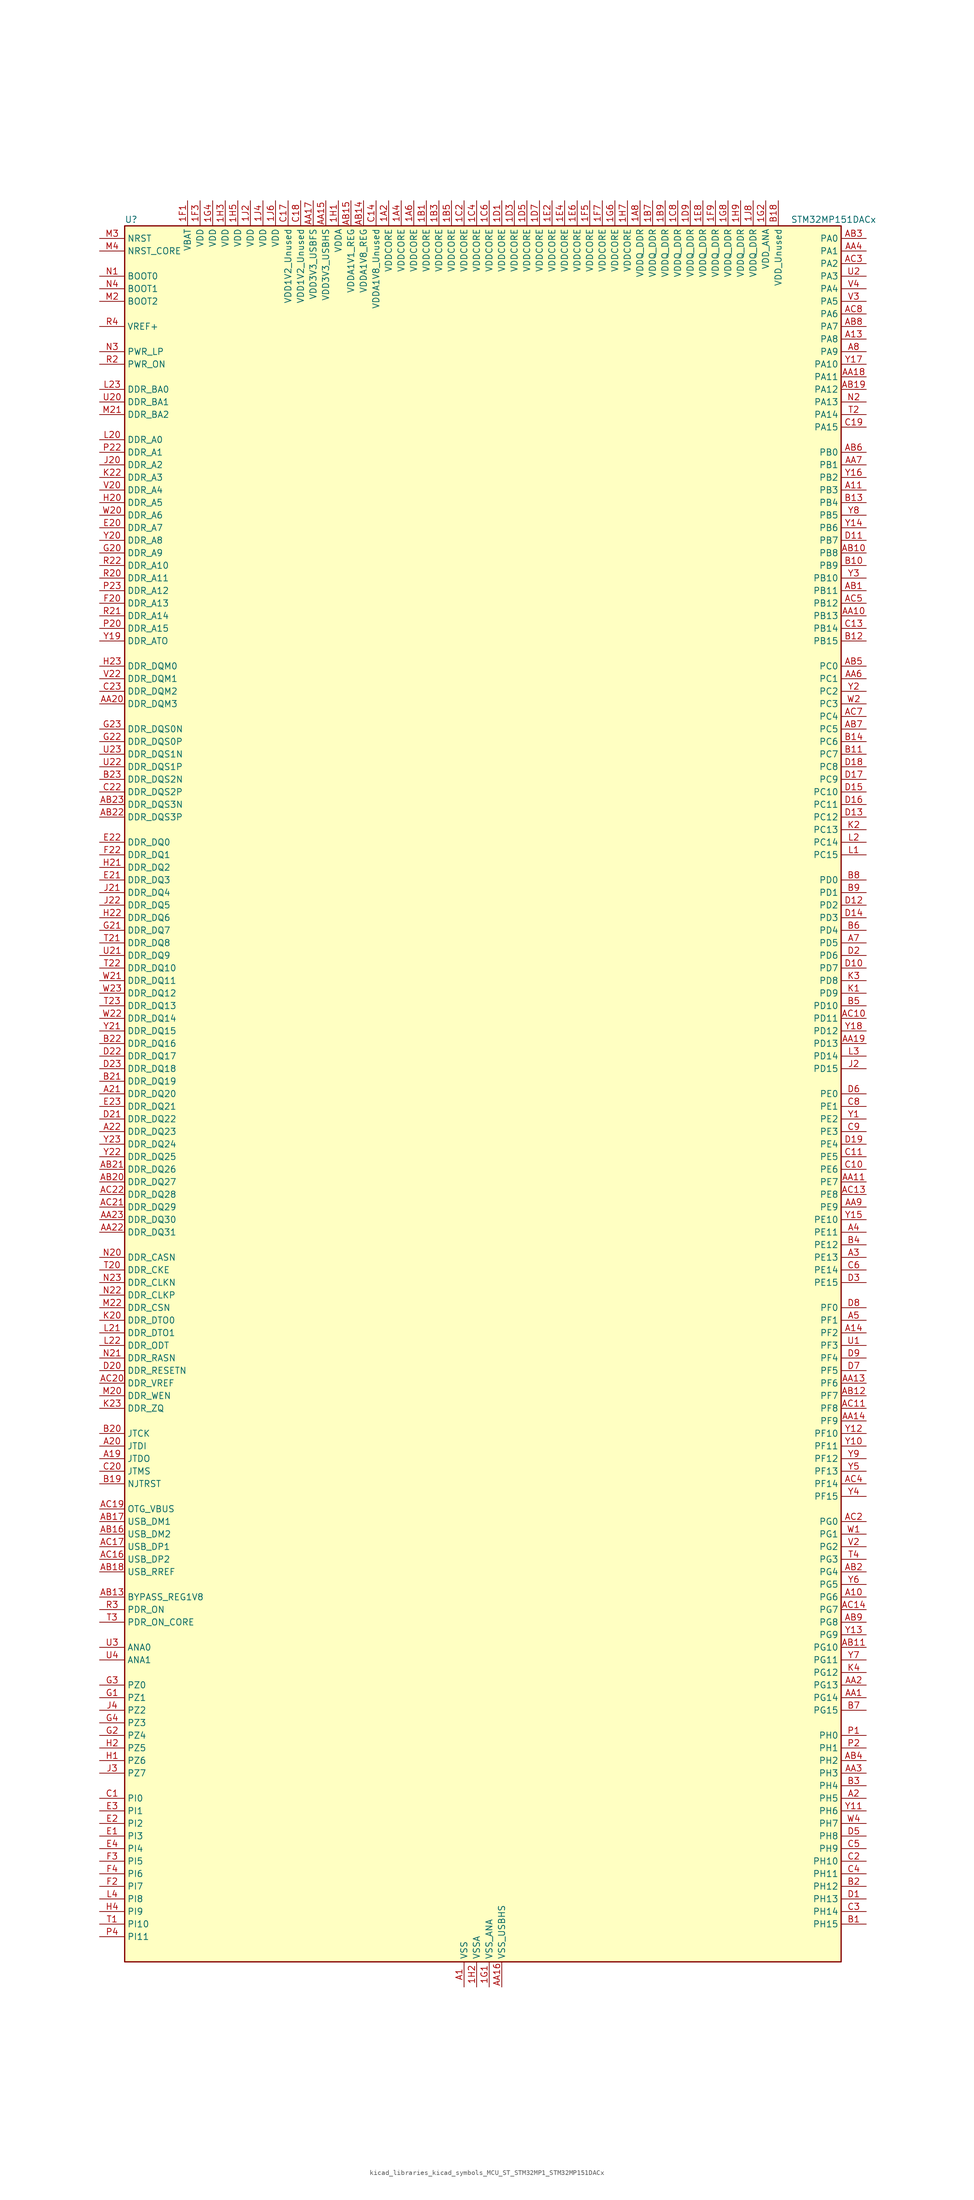
<source format=kicad_sym>
(kicad_symbol_lib
  (version 20220914)
  (generator kicad_symbol_editor)
  (symbol "kicad_libraries_kicad_symbols_MCU_ST_STM32MP1_STM32MP151DACx"
    (property "Reference" "U"
      (at -71.12 176.53 0)
      (effects (font (size 1.27 1.27)) (justify left)))
    (property "Value" "STM32MP151DACx"
      (at 63.5 176.53 0)
      (effects (font (size 1.27 1.27)) (justify left)))
    (property "ki_locked" ""
      (at 0 0 0)
      (effects (font (size 1.27 1.27))))
    (symbol "kicad_libraries_kicad_symbols_MCU_ST_STM32MP1_STM32MP151DACx_0_1"
      (rectangle (start -71.12 -175.26) (end 73.66 175.26) (stroke (width 0.254) (type default)) (fill (type background))))
    (symbol "kicad_libraries_kicad_symbols_MCU_ST_STM32MP1_STM32MP151DACx_1_1"
      (pin power_in line (at -17.78 180.34 270) (length 5.08) (name "VDDCORE" (effects (font (size 1.27 1.27)))) (number "1A2" (effects (font (size 1.27 1.27)))))
      (pin passive line (at -2.54 -180.34 90) (length 5.08) hide (name "VSS" (effects (font (size 1.27 1.27)))) (number "1A3" (effects (font (size 1.27 1.27)))))
      (pin power_in line (at -15.24 180.34 270) (length 5.08) (name "VDDCORE" (effects (font (size 1.27 1.27)))) (number "1A4" (effects (font (size 1.27 1.27)))))
      (pin passive line (at -2.54 -180.34 90) (length 5.08) hide (name "VSS" (effects (font (size 1.27 1.27)))) (number "1A5" (effects (font (size 1.27 1.27)))))
      (pin power_in line (at -12.7 180.34 270) (length 5.08) (name "VDDCORE" (effects (font (size 1.27 1.27)))) (number "1A6" (effects (font (size 1.27 1.27)))))
      (pin passive line (at -2.54 -180.34 90) (length 5.08) hide (name "VSS" (effects (font (size 1.27 1.27)))) (number "1A7" (effects (font (size 1.27 1.27)))))
      (pin power_in line (at 33.02 180.34 270) (length 5.08) (name "VDDQ_DDR" (effects (font (size 1.27 1.27)))) (number "1A8" (effects (font (size 1.27 1.27)))))
      (pin power_in line (at -10.16 180.34 270) (length 5.08) (name "VDDCORE" (effects (font (size 1.27 1.27)))) (number "1B1" (effects (font (size 1.27 1.27)))))
      (pin passive line (at -2.54 -180.34 90) (length 5.08) hide (name "VSS" (effects (font (size 1.27 1.27)))) (number "1B2" (effects (font (size 1.27 1.27)))))
      (pin power_in line (at -7.62 180.34 270) (length 5.08) (name "VDDCORE" (effects (font (size 1.27 1.27)))) (number "1B3" (effects (font (size 1.27 1.27)))))
      (pin passive line (at -2.54 -180.34 90) (length 5.08) hide (name "VSS" (effects (font (size 1.27 1.27)))) (number "1B4" (effects (font (size 1.27 1.27)))))
      (pin power_in line (at -5.08 180.34 270) (length 5.08) (name "VDDCORE" (effects (font (size 1.27 1.27)))) (number "1B5" (effects (font (size 1.27 1.27)))))
      (pin passive line (at -2.54 -180.34 90) (length 5.08) hide (name "VSS" (effects (font (size 1.27 1.27)))) (number "1B6" (effects (font (size 1.27 1.27)))))
      (pin power_in line (at 35.56 180.34 270) (length 5.08) (name "VDDQ_DDR" (effects (font (size 1.27 1.27)))) (number "1B7" (effects (font (size 1.27 1.27)))))
      (pin passive line (at -2.54 -180.34 90) (length 5.08) hide (name "VSS" (effects (font (size 1.27 1.27)))) (number "1B8" (effects (font (size 1.27 1.27)))))
      (pin power_in line (at 38.1 180.34 270) (length 5.08) (name "VDDQ_DDR" (effects (font (size 1.27 1.27)))) (number "1B9" (effects (font (size 1.27 1.27)))))
      (pin passive line (at -2.54 -180.34 90) (length 5.08) hide (name "VSS" (effects (font (size 1.27 1.27)))) (number "1C1" (effects (font (size 1.27 1.27)))))
      (pin power_in line (at -2.54 180.34 270) (length 5.08) (name "VDDCORE" (effects (font (size 1.27 1.27)))) (number "1C2" (effects (font (size 1.27 1.27)))))
      (pin passive line (at -2.54 -180.34 90) (length 5.08) hide (name "VSS" (effects (font (size 1.27 1.27)))) (number "1C3" (effects (font (size 1.27 1.27)))))
      (pin power_in line (at 0 180.34 270) (length 5.08) (name "VDDCORE" (effects (font (size 1.27 1.27)))) (number "1C4" (effects (font (size 1.27 1.27)))))
      (pin passive line (at -2.54 -180.34 90) (length 5.08) hide (name "VSS" (effects (font (size 1.27 1.27)))) (number "1C5" (effects (font (size 1.27 1.27)))))
      (pin power_in line (at 2.54 180.34 270) (length 5.08) (name "VDDCORE" (effects (font (size 1.27 1.27)))) (number "1C6" (effects (font (size 1.27 1.27)))))
      (pin passive line (at -2.54 -180.34 90) (length 5.08) hide (name "VSS" (effects (font (size 1.27 1.27)))) (number "1C7" (effects (font (size 1.27 1.27)))))
      (pin power_in line (at 40.64 180.34 270) (length 5.08) (name "VDDQ_DDR" (effects (font (size 1.27 1.27)))) (number "1C8" (effects (font (size 1.27 1.27)))))
      (pin passive line (at -2.54 -180.34 90) (length 5.08) hide (name "VSS" (effects (font (size 1.27 1.27)))) (number "1C9" (effects (font (size 1.27 1.27)))))
      (pin power_in line (at 5.08 180.34 270) (length 5.08) (name "VDDCORE" (effects (font (size 1.27 1.27)))) (number "1D1" (effects (font (size 1.27 1.27)))))
      (pin passive line (at -2.54 -180.34 90) (length 5.08) hide (name "VSS" (effects (font (size 1.27 1.27)))) (number "1D2" (effects (font (size 1.27 1.27)))))
      (pin power_in line (at 7.62 180.34 270) (length 5.08) (name "VDDCORE" (effects (font (size 1.27 1.27)))) (number "1D3" (effects (font (size 1.27 1.27)))))
      (pin passive line (at -2.54 -180.34 90) (length 5.08) hide (name "VSS" (effects (font (size 1.27 1.27)))) (number "1D4" (effects (font (size 1.27 1.27)))))
      (pin power_in line (at 10.16 180.34 270) (length 5.08) (name "VDDCORE" (effects (font (size 1.27 1.27)))) (number "1D5" (effects (font (size 1.27 1.27)))))
      (pin passive line (at -2.54 -180.34 90) (length 5.08) hide (name "VSS" (effects (font (size 1.27 1.27)))) (number "1D6" (effects (font (size 1.27 1.27)))))
      (pin power_in line (at 12.7 180.34 270) (length 5.08) (name "VDDCORE" (effects (font (size 1.27 1.27)))) (number "1D7" (effects (font (size 1.27 1.27)))))
      (pin passive line (at -2.54 -180.34 90) (length 5.08) hide (name "VSS" (effects (font (size 1.27 1.27)))) (number "1D8" (effects (font (size 1.27 1.27)))))
      (pin power_in line (at 43.18 180.34 270) (length 5.08) (name "VDDQ_DDR" (effects (font (size 1.27 1.27)))) (number "1D9" (effects (font (size 1.27 1.27)))))
      (pin passive line (at -2.54 -180.34 90) (length 5.08) hide (name "VSS" (effects (font (size 1.27 1.27)))) (number "1E1" (effects (font (size 1.27 1.27)))))
      (pin power_in line (at 15.24 180.34 270) (length 5.08) (name "VDDCORE" (effects (font (size 1.27 1.27)))) (number "1E2" (effects (font (size 1.27 1.27)))))
      (pin passive line (at -2.54 -180.34 90) (length 5.08) hide (name "VSS" (effects (font (size 1.27 1.27)))) (number "1E3" (effects (font (size 1.27 1.27)))))
      (pin power_in line (at 17.78 180.34 270) (length 5.08) (name "VDDCORE" (effects (font (size 1.27 1.27)))) (number "1E4" (effects (font (size 1.27 1.27)))))
      (pin passive line (at -2.54 -180.34 90) (length 5.08) hide (name "VSS" (effects (font (size 1.27 1.27)))) (number "1E5" (effects (font (size 1.27 1.27)))))
      (pin power_in line (at 20.32 180.34 270) (length 5.08) (name "VDDCORE" (effects (font (size 1.27 1.27)))) (number "1E6" (effects (font (size 1.27 1.27)))))
      (pin passive line (at -2.54 -180.34 90) (length 5.08) hide (name "VSS" (effects (font (size 1.27 1.27)))) (number "1E7" (effects (font (size 1.27 1.27)))))
      (pin power_in line (at 45.72 180.34 270) (length 5.08) (name "VDDQ_DDR" (effects (font (size 1.27 1.27)))) (number "1E8" (effects (font (size 1.27 1.27)))))
      (pin passive line (at -2.54 -180.34 90) (length 5.08) hide (name "VSS" (effects (font (size 1.27 1.27)))) (number "1E9" (effects (font (size 1.27 1.27)))))
      (pin power_in line (at -58.42 180.34 270) (length 5.08) (name "VBAT" (effects (font (size 1.27 1.27)))) (number "1F1" (effects (font (size 1.27 1.27)))))
      (pin passive line (at -2.54 -180.34 90) (length 5.08) hide (name "VSS" (effects (font (size 1.27 1.27)))) (number "1F2" (effects (font (size 1.27 1.27)))))
      (pin power_in line (at -55.88 180.34 270) (length 5.08) (name "VDD" (effects (font (size 1.27 1.27)))) (number "1F3" (effects (font (size 1.27 1.27)))))
      (pin passive line (at -2.54 -180.34 90) (length 5.08) hide (name "VSS" (effects (font (size 1.27 1.27)))) (number "1F4" (effects (font (size 1.27 1.27)))))
      (pin power_in line (at 22.86 180.34 270) (length 5.08) (name "VDDCORE" (effects (font (size 1.27 1.27)))) (number "1F5" (effects (font (size 1.27 1.27)))))
      (pin passive line (at -2.54 -180.34 90) (length 5.08) hide (name "VSS" (effects (font (size 1.27 1.27)))) (number "1F6" (effects (font (size 1.27 1.27)))))
      (pin power_in line (at 25.4 180.34 270) (length 5.08) (name "VDDCORE" (effects (font (size 1.27 1.27)))) (number "1F7" (effects (font (size 1.27 1.27)))))
      (pin passive line (at -2.54 -180.34 90) (length 5.08) hide (name "VSS" (effects (font (size 1.27 1.27)))) (number "1F8" (effects (font (size 1.27 1.27)))))
      (pin power_in line (at 48.26 180.34 270) (length 5.08) (name "VDDQ_DDR" (effects (font (size 1.27 1.27)))) (number "1F9" (effects (font (size 1.27 1.27)))))
      (pin power_in line (at 2.54 -180.34 90) (length 5.08) (name "VSS_ANA" (effects (font (size 1.27 1.27)))) (number "1G1" (effects (font (size 1.27 1.27)))))
      (pin power_in line (at 58.42 180.34 270) (length 5.08) (name "VDD_ANA" (effects (font (size 1.27 1.27)))) (number "1G2" (effects (font (size 1.27 1.27)))))
      (pin passive line (at -2.54 -180.34 90) (length 5.08) hide (name "VSS" (effects (font (size 1.27 1.27)))) (number "1G3" (effects (font (size 1.27 1.27)))))
      (pin power_in line (at -53.34 180.34 270) (length 5.08) (name "VDD" (effects (font (size 1.27 1.27)))) (number "1G4" (effects (font (size 1.27 1.27)))))
      (pin passive line (at -2.54 -180.34 90) (length 5.08) hide (name "VSS" (effects (font (size 1.27 1.27)))) (number "1G5" (effects (font (size 1.27 1.27)))))
      (pin power_in line (at 27.94 180.34 270) (length 5.08) (name "VDDCORE" (effects (font (size 1.27 1.27)))) (number "1G6" (effects (font (size 1.27 1.27)))))
      (pin passive line (at -2.54 -180.34 90) (length 5.08) hide (name "VSS" (effects (font (size 1.27 1.27)))) (number "1G7" (effects (font (size 1.27 1.27)))))
      (pin power_in line (at 50.8 180.34 270) (length 5.08) (name "VDDQ_DDR" (effects (font (size 1.27 1.27)))) (number "1G8" (effects (font (size 1.27 1.27)))))
      (pin passive line (at -2.54 -180.34 90) (length 5.08) hide (name "VSS" (effects (font (size 1.27 1.27)))) (number "1G9" (effects (font (size 1.27 1.27)))))
      (pin power_in line (at -27.94 180.34 270) (length 5.08) (name "VDDA" (effects (font (size 1.27 1.27)))) (number "1H1" (effects (font (size 1.27 1.27)))))
      (pin power_in line (at 0 -180.34 90) (length 5.08) (name "VSSA" (effects (font (size 1.27 1.27)))) (number "1H2" (effects (font (size 1.27 1.27)))))
      (pin power_in line (at -50.8 180.34 270) (length 5.08) (name "VDD" (effects (font (size 1.27 1.27)))) (number "1H3" (effects (font (size 1.27 1.27)))))
      (pin passive line (at -2.54 -180.34 90) (length 5.08) hide (name "VSS" (effects (font (size 1.27 1.27)))) (number "1H4" (effects (font (size 1.27 1.27)))))
      (pin power_in line (at -48.26 180.34 270) (length 5.08) (name "VDD" (effects (font (size 1.27 1.27)))) (number "1H5" (effects (font (size 1.27 1.27)))))
      (pin passive line (at -2.54 -180.34 90) (length 5.08) hide (name "VSS" (effects (font (size 1.27 1.27)))) (number "1H6" (effects (font (size 1.27 1.27)))))
      (pin power_in line (at 30.48 180.34 270) (length 5.08) (name "VDDCORE" (effects (font (size 1.27 1.27)))) (number "1H7" (effects (font (size 1.27 1.27)))))
      (pin passive line (at -2.54 -180.34 90) (length 5.08) hide (name "VSS" (effects (font (size 1.27 1.27)))) (number "1H8" (effects (font (size 1.27 1.27)))))
      (pin power_in line (at 53.34 180.34 270) (length 5.08) (name "VDDQ_DDR" (effects (font (size 1.27 1.27)))) (number "1H9" (effects (font (size 1.27 1.27)))))
      (pin power_in line (at -45.72 180.34 270) (length 5.08) (name "VDD" (effects (font (size 1.27 1.27)))) (number "1J2" (effects (font (size 1.27 1.27)))))
      (pin passive line (at -2.54 -180.34 90) (length 5.08) hide (name "VSS" (effects (font (size 1.27 1.27)))) (number "1J3" (effects (font (size 1.27 1.27)))))
      (pin power_in line (at -43.18 180.34 270) (length 5.08) (name "VDD" (effects (font (size 1.27 1.27)))) (number "1J4" (effects (font (size 1.27 1.27)))))
      (pin passive line (at -2.54 -180.34 90) (length 5.08) hide (name "VSS" (effects (font (size 1.27 1.27)))) (number "1J5" (effects (font (size 1.27 1.27)))))
      (pin power_in line (at -40.64 180.34 270) (length 5.08) (name "VDD" (effects (font (size 1.27 1.27)))) (number "1J6" (effects (font (size 1.27 1.27)))))
      (pin passive line (at -2.54 -180.34 90) (length 5.08) hide (name "VSS" (effects (font (size 1.27 1.27)))) (number "1J7" (effects (font (size 1.27 1.27)))))
      (pin power_in line (at 55.88 180.34 270) (length 5.08) (name "VDDQ_DDR" (effects (font (size 1.27 1.27)))) (number "1J8" (effects (font (size 1.27 1.27)))))
      (pin power_in line (at -2.54 -180.34 90) (length 5.08) (name "VSS" (effects (font (size 1.27 1.27)))) (number "A1" (effects (font (size 1.27 1.27)))))
      (pin bidirectional line (at 78.74 -101.6 180) (length 5.08) (name "PG6" (effects (font (size 1.27 1.27)))) (number "A10" (effects (font (size 1.27 1.27)))) (alternate "DCMI_D12" bidirectional line) (alternate "DEBUG_TRACED14" bidirectional line) (alternate "LTDC_R7" bidirectional line) (alternate "SDMMC2_CMD" bidirectional line) (alternate "TIM17_BKIN" bidirectional line))
      (pin bidirectional line (at 78.74 121.92 180) (length 5.08) (name "PB3" (effects (font (size 1.27 1.27)))) (number "A11" (effects (font (size 1.27 1.27)))) (alternate "DEBUG_TRACED9" bidirectional line) (alternate "I2S1_CK" bidirectional line) (alternate "I2S3_CK" bidirectional line) (alternate "SAI4_CK1" bidirectional line) (alternate "SAI4_MCLK_A" bidirectional line) (alternate "SDMMC2_D2" bidirectional line) (alternate "SPI1_SCK" bidirectional line) (alternate "SPI3_SCK" bidirectional line) (alternate "SPI6_SCK" bidirectional line) (alternate "TIM2_CH2" bidirectional line) (alternate "UART7_RX" bidirectional line))
      (pin bidirectional line (at 78.74 152.4 180) (length 5.08) (name "PA8" (effects (font (size 1.27 1.27)))) (number "A13" (effects (font (size 1.27 1.27)))) (alternate "I2C3_SCL" bidirectional line) (alternate "I2S3_SDO" bidirectional line) (alternate "LTDC_R6" bidirectional line) (alternate "RCC_MCO_1" bidirectional line) (alternate "SAI4_SD_B" bidirectional line) (alternate "SDMMC2_CKIN" bidirectional line) (alternate "SDMMC2_D4" bidirectional line) (alternate "SPI3_MOSI" bidirectional line) (alternate "TIM1_CH1" bidirectional line) (alternate "TIM8_BKIN2" bidirectional line) (alternate "UART7_RX" bidirectional line) (alternate "USART1_CK" bidirectional line) (alternate "USB_OTG_HS_SOF" bidirectional line))
      (pin bidirectional line (at 78.74 -48.26 180) (length 5.08) (name "PF2" (effects (font (size 1.27 1.27)))) (number "A14" (effects (font (size 1.27 1.27)))) (alternate "FMC_A2" bidirectional line) (alternate "I2C2_SMBA" bidirectional line) (alternate "SDMMC1_D0DIR" bidirectional line) (alternate "SDMMC2_D0DIR" bidirectional line) (alternate "SDMMC3_D0DIR" bidirectional line))
      (pin no_connect line (at -71.12 -175.26 0) (length 5.08) hide (name "DNU" (effects (font (size 1.27 1.27)))) (number "A16" (effects (font (size 1.27 1.27)))))
      (pin no_connect line (at -71.12 -172.72 0) (length 5.08) hide (name "DNU" (effects (font (size 1.27 1.27)))) (number "A17" (effects (font (size 1.27 1.27)))))
      (pin bidirectional line (at -76.2 -73.66 0) (length 5.08) (name "JTDO" (effects (font (size 1.27 1.27)))) (number "A19" (effects (font (size 1.27 1.27)))) (alternate "DEBUG_JTDO-SWO" bidirectional line))
      (pin bidirectional line (at 78.74 -142.24 180) (length 5.08) (name "PH5" (effects (font (size 1.27 1.27)))) (number "A2" (effects (font (size 1.27 1.27)))) (alternate "I2C2_SDA" bidirectional line) (alternate "SAI4_SD_B" bidirectional line) (alternate "SPI5_NSS" bidirectional line))
      (pin bidirectional line (at -76.2 -71.12 0) (length 5.08) (name "JTDI" (effects (font (size 1.27 1.27)))) (number "A20" (effects (font (size 1.27 1.27)))) (alternate "DEBUG_JTDI" bidirectional line))
      (pin bidirectional line (at -76.2 0 0) (length 5.08) (name "DDR_DQ20" (effects (font (size 1.27 1.27)))) (number "A21" (effects (font (size 1.27 1.27)))) (alternate "DDR_DQ20" bidirectional line))
      (pin bidirectional line (at -76.2 -7.62 0) (length 5.08) (name "DDR_DQ23" (effects (font (size 1.27 1.27)))) (number "A22" (effects (font (size 1.27 1.27)))) (alternate "DDR_DQ23" bidirectional line))
      (pin passive line (at -2.54 -180.34 90) (length 5.08) hide (name "VSS" (effects (font (size 1.27 1.27)))) (number "A23" (effects (font (size 1.27 1.27)))))
      (pin bidirectional line (at 78.74 -33.02 180) (length 5.08) (name "PE13" (effects (font (size 1.27 1.27)))) (number "A3" (effects (font (size 1.27 1.27)))) (alternate "DCMI_D6" bidirectional line) (alternate "DFSDM1_CKIN5" bidirectional line) (alternate "FMC_D10" bidirectional line) (alternate "FMC_DA10" bidirectional line) (alternate "HDP_HDP2" bidirectional line) (alternate "LTDC_DE" bidirectional line) (alternate "SAI2_FS_B" bidirectional line) (alternate "SPI4_MISO" bidirectional line) (alternate "TIM1_CH3" bidirectional line))
      (pin bidirectional line (at 78.74 -27.94 180) (length 5.08) (name "PE11" (effects (font (size 1.27 1.27)))) (number "A4" (effects (font (size 1.27 1.27)))) (alternate "ADC1_EXTI11" bidirectional line) (alternate "ADC2_EXTI11" bidirectional line) (alternate "DCMI_D4" bidirectional line) (alternate "DFSDM1_CKIN4" bidirectional line) (alternate "FMC_D8" bidirectional line) (alternate "FMC_DA8" bidirectional line) (alternate "LTDC_G3" bidirectional line) (alternate "SAI2_SD_B" bidirectional line) (alternate "SPI4_NSS" bidirectional line) (alternate "TIM1_CH2" bidirectional line) (alternate "USART6_CK" bidirectional line))
      (pin bidirectional line (at 78.74 -45.72 180) (length 5.08) (name "PF1" (effects (font (size 1.27 1.27)))) (number "A5" (effects (font (size 1.27 1.27)))) (alternate "FMC_A1" bidirectional line) (alternate "I2C2_SCL" bidirectional line) (alternate "SDMMC3_CDIR" bidirectional line) (alternate "SDMMC3_CMD" bidirectional line))
      (pin bidirectional line (at 78.74 30.48 180) (length 5.08) (name "PD5" (effects (font (size 1.27 1.27)))) (number "A7" (effects (font (size 1.27 1.27)))) (alternate "FMC_NWE" bidirectional line) (alternate "SDMMC3_D2" bidirectional line) (alternate "USART2_TX" bidirectional line))
      (pin bidirectional line (at 78.74 149.86 180) (length 5.08) (name "PA9" (effects (font (size 1.27 1.27)))) (number "A8" (effects (font (size 1.27 1.27)))) (alternate "DAC1_EXTI9" bidirectional line) (alternate "DCMI_D0" bidirectional line) (alternate "I2C3_SMBA" bidirectional line) (alternate "I2S2_CK" bidirectional line) (alternate "LTDC_R5" bidirectional line) (alternate "SDMMC2_CDIR" bidirectional line) (alternate "SDMMC2_D5" bidirectional line) (alternate "SPI2_SCK" bidirectional line) (alternate "TIM1_CH2" bidirectional line) (alternate "USART1_TX" bidirectional line))
      (pin bidirectional line (at 78.74 -121.92 180) (length 5.08) (name "PG14" (effects (font (size 1.27 1.27)))) (number "AA1" (effects (font (size 1.27 1.27)))) (alternate "DEBUG_TRACED1" bidirectional line) (alternate "ETH1_TXD1" bidirectional line) (alternate "FMC_A25" bidirectional line) (alternate "LPTIM1_ETR" bidirectional line) (alternate "LTDC_B0" bidirectional line) (alternate "QUADSPI_BK2_IO3" bidirectional line) (alternate "SAI4_D1" bidirectional line) (alternate "SAI4_SD_A" bidirectional line) (alternate "SPI6_MOSI" bidirectional line) (alternate "USART6_TX" bidirectional line))
      (pin bidirectional line (at 78.74 96.52 180) (length 5.08) (name "PB13" (effects (font (size 1.27 1.27)))) (number "AA10" (effects (font (size 1.27 1.27)))) (alternate "DFSDM1_CKIN1" bidirectional line) (alternate "DFSDM1_CKOUT" bidirectional line) (alternate "ETH1_TXD1" bidirectional line) (alternate "I2S2_CK" bidirectional line) (alternate "LPTIM2_OUT" bidirectional line) (alternate "SPI2_SCK" bidirectional line) (alternate "TIM1_CH1N" bidirectional line) (alternate "UART5_TX" bidirectional line) (alternate "USART3_CTS" bidirectional line) (alternate "USART3_NSS" bidirectional line))
      (pin bidirectional line (at 78.74 -17.78 180) (length 5.08) (name "PE7" (effects (font (size 1.27 1.27)))) (number "AA11" (effects (font (size 1.27 1.27)))) (alternate "DFSDM1_DATIN2" bidirectional line) (alternate "FMC_D4" bidirectional line) (alternate "FMC_DA4" bidirectional line) (alternate "QUADSPI_BK2_IO0" bidirectional line) (alternate "TIM1_ETR" bidirectional line) (alternate "TIM3_ETR" bidirectional line) (alternate "UART7_RX" bidirectional line))
      (pin passive line (at -2.54 -180.34 90) (length 5.08) hide (name "VSS" (effects (font (size 1.27 1.27)))) (number "AA12" (effects (font (size 1.27 1.27)))))
      (pin bidirectional line (at 78.74 -58.42 180) (length 5.08) (name "PF6" (effects (font (size 1.27 1.27)))) (number "AA13" (effects (font (size 1.27 1.27)))) (alternate "QUADSPI_BK1_IO3" bidirectional line) (alternate "SAI1_SD_B" bidirectional line) (alternate "SAI4_SCK_B" bidirectional line) (alternate "SPI5_NSS" bidirectional line) (alternate "TIM16_CH1" bidirectional line) (alternate "UART7_RX" bidirectional line))
      (pin bidirectional line (at 78.74 -66.04 180) (length 5.08) (name "PF9" (effects (font (size 1.27 1.27)))) (number "AA14" (effects (font (size 1.27 1.27)))) (alternate "DAC1_EXTI9" bidirectional line) (alternate "DEBUG_TRACED13" bidirectional line) (alternate "QUADSPI_BK1_IO1" bidirectional line) (alternate "SAI1_FS_B" bidirectional line) (alternate "SPI5_MOSI" bidirectional line) (alternate "TIM14_CH1" bidirectional line) (alternate "TIM17_CH1N" bidirectional line) (alternate "UART7_CTS" bidirectional line))
      (pin power_in line (at -30.48 180.34 270) (length 5.08) (name "VDD3V3_USBHS" (effects (font (size 1.27 1.27)))) (number "AA15" (effects (font (size 1.27 1.27)))))
      (pin power_in line (at 5.08 -180.34 90) (length 5.08) (name "VSS_USBHS" (effects (font (size 1.27 1.27)))) (number "AA16" (effects (font (size 1.27 1.27)))))
      (pin power_in line (at -33.02 180.34 270) (length 5.08) (name "VDD3V3_USBFS" (effects (font (size 1.27 1.27)))) (number "AA17" (effects (font (size 1.27 1.27)))))
      (pin bidirectional line (at 78.74 144.78 180) (length 5.08) (name "PA11" (effects (font (size 1.27 1.27)))) (number "AA18" (effects (font (size 1.27 1.27)))) (alternate "ADC1_EXTI11" bidirectional line) (alternate "ADC2_EXTI11" bidirectional line) (alternate "I2C5_SCL" bidirectional line) (alternate "I2C6_SCL" bidirectional line) (alternate "I2S2_WS" bidirectional line) (alternate "LTDC_R4" bidirectional line) (alternate "SPI2_NSS" bidirectional line) (alternate "TIM1_CH4" bidirectional line) (alternate "UART4_RX" bidirectional line) (alternate "USART1_CTS" bidirectional line) (alternate "USART1_NSS" bidirectional line))
      (pin bidirectional line (at 78.74 10.16 180) (length 5.08) (name "PD13" (effects (font (size 1.27 1.27)))) (number "AA19" (effects (font (size 1.27 1.27)))) (alternate "FMC_A18" bidirectional line) (alternate "I2C1_SDA" bidirectional line) (alternate "I2C4_SDA" bidirectional line) (alternate "I2S3_MCK" bidirectional line) (alternate "LPTIM1_OUT" bidirectional line) (alternate "QUADSPI_BK1_IO3" bidirectional line) (alternate "SAI2_SCK_A" bidirectional line) (alternate "TIM4_CH2" bidirectional line))
      (pin bidirectional line (at 78.74 -119.38 180) (length 5.08) (name "PG13" (effects (font (size 1.27 1.27)))) (number "AA2" (effects (font (size 1.27 1.27)))) (alternate "DEBUG_TRACED0" bidirectional line) (alternate "ETH1_TXD0" bidirectional line) (alternate "FMC_A24" bidirectional line) (alternate "LPTIM1_OUT" bidirectional line) (alternate "LTDC_R0" bidirectional line) (alternate "SAI1_CK2" bidirectional line) (alternate "SAI1_SCK_A" bidirectional line) (alternate "SAI4_CK1" bidirectional line) (alternate "SAI4_MCLK_A" bidirectional line) (alternate "SPI6_SCK" bidirectional line) (alternate "USART6_CTS" bidirectional line) (alternate "USART6_NSS" bidirectional line))
      (pin bidirectional line (at -76.2 78.74 0) (length 5.08) (name "DDR_DQM3" (effects (font (size 1.27 1.27)))) (number "AA20" (effects (font (size 1.27 1.27)))) (alternate "DDR_DQM3" bidirectional line))
      (pin passive line (at -2.54 -180.34 90) (length 5.08) hide (name "VSS" (effects (font (size 1.27 1.27)))) (number "AA21" (effects (font (size 1.27 1.27)))))
      (pin bidirectional line (at -76.2 -27.94 0) (length 5.08) (name "DDR_DQ31" (effects (font (size 1.27 1.27)))) (number "AA22" (effects (font (size 1.27 1.27)))) (alternate "DDR_DQ31" bidirectional line))
      (pin bidirectional line (at -76.2 -25.4 0) (length 5.08) (name "DDR_DQ30" (effects (font (size 1.27 1.27)))) (number "AA23" (effects (font (size 1.27 1.27)))) (alternate "DDR_DQ30" bidirectional line))
      (pin bidirectional line (at 78.74 -137.16 180) (length 5.08) (name "PH3" (effects (font (size 1.27 1.27)))) (number "AA3" (effects (font (size 1.27 1.27)))) (alternate "DFSDM1_CKIN4" bidirectional line) (alternate "ETH1_COL" bidirectional line) (alternate "LTDC_R1" bidirectional line) (alternate "QUADSPI_BK2_IO1" bidirectional line) (alternate "SAI2_MCLK_B" bidirectional line))
      (pin bidirectional line (at 78.74 170.18 180) (length 5.08) (name "PA1" (effects (font (size 1.27 1.27)))) (number "AA4" (effects (font (size 1.27 1.27)))) (alternate "ADC1_INN16" bidirectional line) (alternate "ADC1_INP17" bidirectional line) (alternate "ETH1_CLK" bidirectional line) (alternate "ETH1_REF_CLK" bidirectional line) (alternate "ETH1_RX_CLK" bidirectional line) (alternate "LPTIM3_OUT" bidirectional line) (alternate "LTDC_R2" bidirectional line) (alternate "QUADSPI_BK1_IO3" bidirectional line) (alternate "SAI2_MCLK_B" bidirectional line) (alternate "TIM15_CH1N" bidirectional line) (alternate "TIM2_CH2" bidirectional line) (alternate "TIM5_CH2" bidirectional line) (alternate "UART4_RX" bidirectional line) (alternate "USART2_DE" bidirectional line) (alternate "USART2_RTS" bidirectional line))
      (pin passive line (at -2.54 -180.34 90) (length 5.08) hide (name "VSS" (effects (font (size 1.27 1.27)))) (number "AA5" (effects (font (size 1.27 1.27)))))
      (pin bidirectional line (at 78.74 83.82 180) (length 5.08) (name "PC1" (effects (font (size 1.27 1.27)))) (number "AA6" (effects (font (size 1.27 1.27)))) (alternate "ADC1_INN10" bidirectional line) (alternate "ADC1_INP11" bidirectional line) (alternate "ADC2_INN10" bidirectional line) (alternate "ADC2_INP11" bidirectional line) (alternate "DEBUG_TRACED0" bidirectional line) (alternate "DFSDM1_CKIN4" bidirectional line) (alternate "DFSDM1_DATIN0" bidirectional line) (alternate "ETH1_MDC" bidirectional line) (alternate "I2S2_SDO" bidirectional line) (alternate "PWR_WKUP6" bidirectional line) (alternate "SAI1_D1" bidirectional line) (alternate "SAI1_SD_A" bidirectional line) (alternate "SDMMC2_CK" bidirectional line) (alternate "SPI2_MOSI" bidirectional line) (alternate "TAMP_IN3" bidirectional line))
      (pin bidirectional line (at 78.74 127 180) (length 5.08) (name "PB1" (effects (font (size 1.27 1.27)))) (number "AA7" (effects (font (size 1.27 1.27)))) (alternate "ADC1_INP5" bidirectional line) (alternate "ADC2_INP5" bidirectional line) (alternate "DFSDM1_DATIN1" bidirectional line) (alternate "ETH1_RXD3" bidirectional line) (alternate "LTDC_G0" bidirectional line) (alternate "LTDC_R6" bidirectional line) (alternate "TIM1_CH3N" bidirectional line) (alternate "TIM3_CH4" bidirectional line) (alternate "TIM8_CH3N" bidirectional line))
      (pin passive line (at -2.54 -180.34 90) (length 5.08) hide (name "VSS" (effects (font (size 1.27 1.27)))) (number "AA8" (effects (font (size 1.27 1.27)))))
      (pin bidirectional line (at 78.74 -22.86 180) (length 5.08) (name "PE9" (effects (font (size 1.27 1.27)))) (number "AA9" (effects (font (size 1.27 1.27)))) (alternate "DAC1_EXTI9" bidirectional line) (alternate "DFSDM1_CKOUT" bidirectional line) (alternate "FMC_D6" bidirectional line) (alternate "FMC_DA6" bidirectional line) (alternate "QUADSPI_BK2_IO2" bidirectional line) (alternate "TIM1_CH1" bidirectional line) (alternate "UART7_DE" bidirectional line) (alternate "UART7_RTS" bidirectional line))
      (pin bidirectional line (at 78.74 101.6 180) (length 5.08) (name "PB11" (effects (font (size 1.27 1.27)))) (number "AB1" (effects (font (size 1.27 1.27)))) (alternate "ADC1_EXTI11" bidirectional line) (alternate "ADC2_EXTI11" bidirectional line) (alternate "DFSDM1_CKIN7" bidirectional line) (alternate "ETH1_TX_CTL" bidirectional line) (alternate "ETH1_TX_EN" bidirectional line) (alternate "I2C2_SDA" bidirectional line) (alternate "LPTIM2_ETR" bidirectional line) (alternate "LTDC_G5" bidirectional line) (alternate "TIM2_CH4" bidirectional line) (alternate "USART3_RX" bidirectional line))
      (pin bidirectional line (at 78.74 109.22 180) (length 5.08) (name "PB8" (effects (font (size 1.27 1.27)))) (number "AB10" (effects (font (size 1.27 1.27)))) (alternate "DCMI_D6" bidirectional line) (alternate "DFSDM1_CKIN7" bidirectional line) (alternate "ETH1_TXD3" bidirectional line) (alternate "HDP_HDP6" bidirectional line) (alternate "I2C1_SCL" bidirectional line) (alternate "I2C4_SCL" bidirectional line) (alternate "LTDC_B6" bidirectional line) (alternate "SDMMC1_CKIN" bidirectional line) (alternate "SDMMC1_D4" bidirectional line) (alternate "SDMMC2_CKIN" bidirectional line) (alternate "SDMMC2_D4" bidirectional line) (alternate "TIM16_CH1" bidirectional line) (alternate "TIM4_CH3" bidirectional line) (alternate "UART4_RX" bidirectional line))
      (pin bidirectional line (at 78.74 -111.76 180) (length 5.08) (name "PG10" (effects (font (size 1.27 1.27)))) (number "AB11" (effects (font (size 1.27 1.27)))) (alternate "DCMI_D2" bidirectional line) (alternate "DEBUG_TRACED10" bidirectional line) (alternate "FMC_NE3" bidirectional line) (alternate "LTDC_B2" bidirectional line) (alternate "LTDC_G3" bidirectional line) (alternate "QUADSPI_BK2_IO2" bidirectional line) (alternate "SAI2_SD_B" bidirectional line) (alternate "UART8_CTS" bidirectional line))
      (pin bidirectional line (at 78.74 -60.96 180) (length 5.08) (name "PF7" (effects (font (size 1.27 1.27)))) (number "AB12" (effects (font (size 1.27 1.27)))) (alternate "QUADSPI_BK1_IO2" bidirectional line) (alternate "SAI1_MCLK_B" bidirectional line) (alternate "SPI5_SCK" bidirectional line) (alternate "TIM17_CH1" bidirectional line) (alternate "UART7_TX" bidirectional line))
      (pin bidirectional line (at -76.2 -101.6 0) (length 5.08) (name "BYPASS_REG1V8" (effects (font (size 1.27 1.27)))) (number "AB13" (effects (font (size 1.27 1.27)))))
      (pin power_in line (at -22.86 180.34 270) (length 5.08) (name "VDDA1V8_REG" (effects (font (size 1.27 1.27)))) (number "AB14" (effects (font (size 1.27 1.27)))))
      (pin power_in line (at -25.4 180.34 270) (length 5.08) (name "VDDA1V1_REG" (effects (font (size 1.27 1.27)))) (number "AB15" (effects (font (size 1.27 1.27)))))
      (pin bidirectional line (at -76.2 -88.9 0) (length 5.08) (name "USB_DM2" (effects (font (size 1.27 1.27)))) (number "AB16" (effects (font (size 1.27 1.27)))) (alternate "USBH_HS2_DM" bidirectional line) (alternate "USB_OTG_HS_DM" bidirectional line))
      (pin bidirectional line (at -76.2 -86.36 0) (length 5.08) (name "USB_DM1" (effects (font (size 1.27 1.27)))) (number "AB17" (effects (font (size 1.27 1.27)))) (alternate "USBH_HS1_DM" bidirectional line))
      (pin bidirectional line (at -76.2 -96.52 0) (length 5.08) (name "USB_RREF" (effects (font (size 1.27 1.27)))) (number "AB18" (effects (font (size 1.27 1.27)))))
      (pin bidirectional line (at 78.74 142.24 180) (length 5.08) (name "PA12" (effects (font (size 1.27 1.27)))) (number "AB19" (effects (font (size 1.27 1.27)))) (alternate "I2C5_SDA" bidirectional line) (alternate "I2C6_SDA" bidirectional line) (alternate "LTDC_R5" bidirectional line) (alternate "SAI2_FS_B" bidirectional line) (alternate "TIM1_ETR" bidirectional line) (alternate "UART4_TX" bidirectional line) (alternate "USART1_DE" bidirectional line) (alternate "USART1_RTS" bidirectional line))
      (pin bidirectional line (at 78.74 -96.52 180) (length 5.08) (name "PG4" (effects (font (size 1.27 1.27)))) (number "AB2" (effects (font (size 1.27 1.27)))) (alternate "ETH1_GTX_CLK" bidirectional line) (alternate "FMC_A14" bidirectional line) (alternate "TIM1_BKIN2" bidirectional line))
      (pin bidirectional line (at -76.2 -17.78 0) (length 5.08) (name "DDR_DQ27" (effects (font (size 1.27 1.27)))) (number "AB20" (effects (font (size 1.27 1.27)))) (alternate "DDR_DQ27" bidirectional line))
      (pin bidirectional line (at -76.2 -15.24 0) (length 5.08) (name "DDR_DQ26" (effects (font (size 1.27 1.27)))) (number "AB21" (effects (font (size 1.27 1.27)))) (alternate "DDR_DQ26" bidirectional line))
      (pin bidirectional line (at -76.2 55.88 0) (length 5.08) (name "DDR_DQS3P" (effects (font (size 1.27 1.27)))) (number "AB22" (effects (font (size 1.27 1.27)))) (alternate "DDR_DQS3P" bidirectional line))
      (pin bidirectional line (at -76.2 58.42 0) (length 5.08) (name "DDR_DQS3N" (effects (font (size 1.27 1.27)))) (number "AB23" (effects (font (size 1.27 1.27)))) (alternate "DDR_DQS3N" bidirectional line))
      (pin bidirectional line (at 78.74 172.72 180) (length 5.08) (name "PA0" (effects (font (size 1.27 1.27)))) (number "AB3" (effects (font (size 1.27 1.27)))) (alternate "ADC1_INP16" bidirectional line) (alternate "ETH1_CRS" bidirectional line) (alternate "PWR_WKUP1" bidirectional line) (alternate "SAI2_SD_B" bidirectional line) (alternate "SDMMC2_CMD" bidirectional line) (alternate "TIM15_BKIN" bidirectional line) (alternate "TIM2_CH1" bidirectional line) (alternate "TIM2_ETR" bidirectional line) (alternate "TIM5_CH1" bidirectional line) (alternate "TIM8_ETR" bidirectional line) (alternate "UART4_TX" bidirectional line) (alternate "USART2_CTS" bidirectional line) (alternate "USART2_NSS" bidirectional line))
      (pin bidirectional line (at 78.74 -134.62 180) (length 5.08) (name "PH2" (effects (font (size 1.27 1.27)))) (number "AB4" (effects (font (size 1.27 1.27)))) (alternate "ETH1_CRS" bidirectional line) (alternate "LPTIM1_IN2" bidirectional line) (alternate "LTDC_R0" bidirectional line) (alternate "QUADSPI_BK2_IO0" bidirectional line) (alternate "SAI2_SCK_B" bidirectional line))
      (pin bidirectional line (at 78.74 86.36 180) (length 5.08) (name "PC0" (effects (font (size 1.27 1.27)))) (number "AB5" (effects (font (size 1.27 1.27)))) (alternate "ADC1_INP10" bidirectional line) (alternate "ADC2_INP10" bidirectional line) (alternate "DFSDM1_CKIN0" bidirectional line) (alternate "DFSDM1_DATIN4" bidirectional line) (alternate "LPTIM2_IN2" bidirectional line) (alternate "LTDC_R5" bidirectional line) (alternate "QUADSPI_BK2_NCS" bidirectional line) (alternate "SAI2_FS_B" bidirectional line))
      (pin bidirectional line (at 78.74 129.54 180) (length 5.08) (name "PB0" (effects (font (size 1.27 1.27)))) (number "AB6" (effects (font (size 1.27 1.27)))) (alternate "ADC1_INN5" bidirectional line) (alternate "ADC1_INP9" bidirectional line) (alternate "ADC2_INN5" bidirectional line) (alternate "ADC2_INP9" bidirectional line) (alternate "DFSDM1_CKOUT" bidirectional line) (alternate "ETH1_RXD2" bidirectional line) (alternate "LTDC_G1" bidirectional line) (alternate "LTDC_R3" bidirectional line) (alternate "TIM1_CH2N" bidirectional line) (alternate "TIM3_CH3" bidirectional line) (alternate "TIM8_CH2N" bidirectional line) (alternate "UART4_CTS" bidirectional line))
      (pin bidirectional line (at 78.74 73.66 180) (length 5.08) (name "PC5" (effects (font (size 1.27 1.27)))) (number "AB7" (effects (font (size 1.27 1.27)))) (alternate "ADC1_INN4" bidirectional line) (alternate "ADC1_INP8" bidirectional line) (alternate "ADC2_INN4" bidirectional line) (alternate "ADC2_INP8" bidirectional line) (alternate "DFSDM1_DATIN2" bidirectional line) (alternate "ETH1_RXD1" bidirectional line) (alternate "SAI1_D3" bidirectional line) (alternate "SAI1_D4" bidirectional line) (alternate "SAI4_D3" bidirectional line) (alternate "SAI4_D4" bidirectional line) (alternate "SPDIFRX_IN3" bidirectional line))
      (pin bidirectional line (at 78.74 154.94 180) (length 5.08) (name "PA7" (effects (font (size 1.27 1.27)))) (number "AB8" (effects (font (size 1.27 1.27)))) (alternate "ADC1_INN3" bidirectional line) (alternate "ADC1_INP7" bidirectional line) (alternate "ADC2_INN3" bidirectional line) (alternate "ADC2_INP7" bidirectional line) (alternate "ETH1_CRS_DV" bidirectional line) (alternate "ETH1_RX_CTL" bidirectional line) (alternate "ETH1_RX_DV" bidirectional line) (alternate "I2S1_SDO" bidirectional line) (alternate "QUADSPI_CLK" bidirectional line) (alternate "SAI4_D1" bidirectional line) (alternate "SAI4_SD_A" bidirectional line) (alternate "SPI1_MOSI" bidirectional line) (alternate "SPI6_MOSI" bidirectional line) (alternate "TIM14_CH1" bidirectional line) (alternate "TIM1_CH1N" bidirectional line) (alternate "TIM3_CH2" bidirectional line) (alternate "TIM8_CH1N" bidirectional line))
      (pin bidirectional line (at 78.74 -106.68 180) (length 5.08) (name "PG8" (effects (font (size 1.27 1.27)))) (number "AB9" (effects (font (size 1.27 1.27)))) (alternate "DEBUG_TRACED15" bidirectional line) (alternate "ETH1_CLK" bidirectional line) (alternate "ETH1_PPS_OUT" bidirectional line) (alternate "LTDC_G7" bidirectional line) (alternate "SAI4_D2" bidirectional line) (alternate "SAI4_FS_A" bidirectional line) (alternate "SPDIFRX_IN2" bidirectional line) (alternate "SPI6_NSS" bidirectional line) (alternate "TIM2_CH1" bidirectional line) (alternate "TIM2_ETR" bidirectional line) (alternate "TIM8_ETR" bidirectional line) (alternate "USART3_DE" bidirectional line) (alternate "USART3_RTS" bidirectional line) (alternate "USART6_DE" bidirectional line) (alternate "USART6_RTS" bidirectional line))
      (pin passive line (at -2.54 -180.34 90) (length 5.08) hide (name "VSS" (effects (font (size 1.27 1.27)))) (number "AC1" (effects (font (size 1.27 1.27)))))
      (pin bidirectional line (at 78.74 15.24 180) (length 5.08) (name "PD11" (effects (font (size 1.27 1.27)))) (number "AC10" (effects (font (size 1.27 1.27)))) (alternate "ADC1_EXTI11" bidirectional line) (alternate "ADC2_EXTI11" bidirectional line) (alternate "FMC_A16" bidirectional line) (alternate "FMC_CLE" bidirectional line) (alternate "I2C1_SMBA" bidirectional line) (alternate "I2C4_SMBA" bidirectional line) (alternate "LPTIM2_IN2" bidirectional line) (alternate "QUADSPI_BK1_IO0" bidirectional line) (alternate "SAI2_SD_A" bidirectional line) (alternate "USART3_CTS" bidirectional line) (alternate "USART3_NSS" bidirectional line))
      (pin bidirectional line (at 78.74 -63.5 180) (length 5.08) (name "PF8" (effects (font (size 1.27 1.27)))) (number "AC11" (effects (font (size 1.27 1.27)))) (alternate "DEBUG_TRACED12" bidirectional line) (alternate "QUADSPI_BK1_IO0" bidirectional line) (alternate "SAI1_SCK_B" bidirectional line) (alternate "SPI5_MISO" bidirectional line) (alternate "TIM13_CH1" bidirectional line) (alternate "TIM16_CH1N" bidirectional line) (alternate "UART7_DE" bidirectional line) (alternate "UART7_RTS" bidirectional line))
      (pin bidirectional line (at 78.74 -20.32 180) (length 5.08) (name "PE8" (effects (font (size 1.27 1.27)))) (number "AC13" (effects (font (size 1.27 1.27)))) (alternate "DFSDM1_CKIN2" bidirectional line) (alternate "FMC_D5" bidirectional line) (alternate "FMC_DA5" bidirectional line) (alternate "QUADSPI_BK2_IO1" bidirectional line) (alternate "TIM1_CH1N" bidirectional line) (alternate "UART7_TX" bidirectional line))
      (pin bidirectional line (at 78.74 -104.14 180) (length 5.08) (name "PG7" (effects (font (size 1.27 1.27)))) (number "AC14" (effects (font (size 1.27 1.27)))) (alternate "DCMI_D13" bidirectional line) (alternate "DEBUG_TRACED5" bidirectional line) (alternate "LTDC_CLK" bidirectional line) (alternate "QUADSPI_BK2_IO3" bidirectional line) (alternate "QUADSPI_CLK" bidirectional line) (alternate "SAI1_MCLK_A" bidirectional line) (alternate "UART8_DE" bidirectional line) (alternate "UART8_RTS" bidirectional line) (alternate "USART6_CK" bidirectional line))
      (pin bidirectional line (at -76.2 -93.98 0) (length 5.08) (name "USB_DP2" (effects (font (size 1.27 1.27)))) (number "AC16" (effects (font (size 1.27 1.27)))) (alternate "USBH_HS2_DP" bidirectional line) (alternate "USB_OTG_HS_DP" bidirectional line))
      (pin bidirectional line (at -76.2 -91.44 0) (length 5.08) (name "USB_DP1" (effects (font (size 1.27 1.27)))) (number "AC17" (effects (font (size 1.27 1.27)))) (alternate "USBH_HS1_DP" bidirectional line))
      (pin bidirectional line (at -76.2 -83.82 0) (length 5.08) (name "OTG_VBUS" (effects (font (size 1.27 1.27)))) (number "AC19" (effects (font (size 1.27 1.27)))) (alternate "USB_OTG_HS_VBUS" bidirectional line))
      (pin bidirectional line (at 78.74 -86.36 180) (length 5.08) (name "PG0" (effects (font (size 1.27 1.27)))) (number "AC2" (effects (font (size 1.27 1.27)))) (alternate "DEBUG_TRACED0" bidirectional line) (alternate "DFSDM1_DATIN0" bidirectional line) (alternate "ETH1_TXD4" bidirectional line) (alternate "FMC_A10" bidirectional line))
      (pin bidirectional line (at -76.2 -58.42 0) (length 5.08) (name "DDR_VREF" (effects (font (size 1.27 1.27)))) (number "AC20" (effects (font (size 1.27 1.27)))) (alternate "DDR_VREF" bidirectional line))
      (pin bidirectional line (at -76.2 -22.86 0) (length 5.08) (name "DDR_DQ29" (effects (font (size 1.27 1.27)))) (number "AC21" (effects (font (size 1.27 1.27)))) (alternate "DDR_DQ29" bidirectional line))
      (pin bidirectional line (at -76.2 -20.32 0) (length 5.08) (name "DDR_DQ28" (effects (font (size 1.27 1.27)))) (number "AC22" (effects (font (size 1.27 1.27)))) (alternate "DDR_DQ28" bidirectional line))
      (pin passive line (at -2.54 -180.34 90) (length 5.08) hide (name "VSS" (effects (font (size 1.27 1.27)))) (number "AC23" (effects (font (size 1.27 1.27)))))
      (pin bidirectional line (at 78.74 167.64 180) (length 5.08) (name "PA2" (effects (font (size 1.27 1.27)))) (number "AC3" (effects (font (size 1.27 1.27)))) (alternate "ADC1_INP14" bidirectional line) (alternate "ETH1_MDIO" bidirectional line) (alternate "LPTIM4_OUT" bidirectional line) (alternate "LTDC_R1" bidirectional line) (alternate "PWR_WKUP2" bidirectional line) (alternate "SAI2_SCK_B" bidirectional line) (alternate "SDMMC2_D0DIR" bidirectional line) (alternate "TIM15_CH1" bidirectional line) (alternate "TIM2_CH3" bidirectional line) (alternate "TIM5_CH3" bidirectional line) (alternate "USART2_TX" bidirectional line))
      (pin bidirectional line (at 78.74 -78.74 180) (length 5.08) (name "PF14" (effects (font (size 1.27 1.27)))) (number "AC4" (effects (font (size 1.27 1.27)))) (alternate "ADC2_INN2" bidirectional line) (alternate "ADC2_INP6" bidirectional line) (alternate "DEBUG_TRACED6" bidirectional line) (alternate "DFSDM1_CKIN6" bidirectional line) (alternate "ETH1_RXD6" bidirectional line) (alternate "FMC_A8" bidirectional line) (alternate "I2C1_SCL" bidirectional line) (alternate "I2C4_SCL" bidirectional line))
      (pin bidirectional line (at 78.74 99.06 180) (length 5.08) (name "PB12" (effects (font (size 1.27 1.27)))) (number "AC5" (effects (font (size 1.27 1.27)))) (alternate "DFSDM1_DATIN1" bidirectional line) (alternate "ETH1_TXD0" bidirectional line) (alternate "I2C2_SMBA" bidirectional line) (alternate "I2C6_SMBA" bidirectional line) (alternate "I2S2_WS" bidirectional line) (alternate "SPI2_NSS" bidirectional line) (alternate "TIM1_BKIN" bidirectional line) (alternate "UART5_RX" bidirectional line) (alternate "USART3_CK" bidirectional line) (alternate "USART3_RX" bidirectional line))
      (pin bidirectional line (at 78.74 76.2 180) (length 5.08) (name "PC4" (effects (font (size 1.27 1.27)))) (number "AC7" (effects (font (size 1.27 1.27)))) (alternate "ADC1_INP4" bidirectional line) (alternate "ADC2_INP4" bidirectional line) (alternate "DFSDM1_CKIN2" bidirectional line) (alternate "ETH1_RXD0" bidirectional line) (alternate "I2S1_MCK" bidirectional line) (alternate "SPDIFRX_IN2" bidirectional line))
      (pin bidirectional line (at 78.74 157.48 180) (length 5.08) (name "PA6" (effects (font (size 1.27 1.27)))) (number "AC8" (effects (font (size 1.27 1.27)))) (alternate "ADC1_INP3" bidirectional line) (alternate "ADC2_INP3" bidirectional line) (alternate "DCMI_PIXCLK" bidirectional line) (alternate "I2S1_SDI" bidirectional line) (alternate "LTDC_G2" bidirectional line) (alternate "SAI4_CK2" bidirectional line) (alternate "SAI4_SCK_A" bidirectional line) (alternate "SPI1_MISO" bidirectional line) (alternate "SPI6_MISO" bidirectional line) (alternate "TIM13_CH1" bidirectional line) (alternate "TIM1_BKIN" bidirectional line) (alternate "TIM3_CH1" bidirectional line) (alternate "TIM8_BKIN" bidirectional line))
      (pin bidirectional line (at 78.74 -167.64 180) (length 5.08) (name "PH15" (effects (font (size 1.27 1.27)))) (number "B1" (effects (font (size 1.27 1.27)))) (alternate "ADC1_EXTI15" bidirectional line) (alternate "ADC2_EXTI15" bidirectional line) (alternate "DCMI_D11" bidirectional line) (alternate "LTDC_G4" bidirectional line) (alternate "TIM8_CH3N" bidirectional line))
      (pin bidirectional line (at 78.74 106.68 180) (length 5.08) (name "PB9" (effects (font (size 1.27 1.27)))) (number "B10" (effects (font (size 1.27 1.27)))) (alternate "DAC1_EXTI9" bidirectional line) (alternate "DCMI_D7" bidirectional line) (alternate "DFSDM1_DATIN7" bidirectional line) (alternate "HDP_HDP7" bidirectional line) (alternate "I2C1_SDA" bidirectional line) (alternate "I2C4_SDA" bidirectional line) (alternate "I2S2_WS" bidirectional line) (alternate "LTDC_B7" bidirectional line) (alternate "SDMMC1_CDIR" bidirectional line) (alternate "SDMMC1_D5" bidirectional line) (alternate "SDMMC2_CDIR" bidirectional line) (alternate "SDMMC2_D5" bidirectional line) (alternate "SPI2_NSS" bidirectional line) (alternate "TIM17_CH1" bidirectional line) (alternate "TIM4_CH4" bidirectional line) (alternate "UART4_TX" bidirectional line))
      (pin bidirectional line (at 78.74 68.58 180) (length 5.08) (name "PC7" (effects (font (size 1.27 1.27)))) (number "B11" (effects (font (size 1.27 1.27)))) (alternate "DCMI_D1" bidirectional line) (alternate "DFSDM1_DATIN3" bidirectional line) (alternate "HDP_HDP4" bidirectional line) (alternate "I2S3_MCK" bidirectional line) (alternate "LTDC_G6" bidirectional line) (alternate "SDMMC1_D123DIR" bidirectional line) (alternate "SDMMC1_D7" bidirectional line) (alternate "SDMMC2_D123DIR" bidirectional line) (alternate "SDMMC2_D7" bidirectional line) (alternate "TIM3_CH2" bidirectional line) (alternate "TIM8_CH2" bidirectional line) (alternate "USART6_RX" bidirectional line))
      (pin bidirectional line (at 78.74 91.44 180) (length 5.08) (name "PB15" (effects (font (size 1.27 1.27)))) (number "B12" (effects (font (size 1.27 1.27)))) (alternate "ADC1_EXTI15" bidirectional line) (alternate "ADC2_EXTI15" bidirectional line) (alternate "DFSDM1_CKIN2" bidirectional line) (alternate "I2S2_SDO" bidirectional line) (alternate "RTC_REFIN" bidirectional line) (alternate "SDMMC2_D1" bidirectional line) (alternate "SPI2_MOSI" bidirectional line) (alternate "TIM12_CH2" bidirectional line) (alternate "TIM1_CH3N" bidirectional line) (alternate "TIM8_CH3N" bidirectional line) (alternate "USART1_RX" bidirectional line))
      (pin bidirectional line (at 78.74 119.38 180) (length 5.08) (name "PB4" (effects (font (size 1.27 1.27)))) (number "B13" (effects (font (size 1.27 1.27)))) (alternate "DEBUG_TRACED8" bidirectional line) (alternate "I2S1_SDI" bidirectional line) (alternate "I2S2_WS" bidirectional line) (alternate "I2S3_SDI" bidirectional line) (alternate "SAI4_CK2" bidirectional line) (alternate "SAI4_SCK_A" bidirectional line) (alternate "SDMMC2_D3" bidirectional line) (alternate "SPI1_MISO" bidirectional line) (alternate "SPI2_NSS" bidirectional line) (alternate "SPI3_MISO" bidirectional line) (alternate "SPI6_MISO" bidirectional line) (alternate "TIM16_BKIN" bidirectional line) (alternate "TIM3_CH1" bidirectional line) (alternate "UART7_TX" bidirectional line))
      (pin bidirectional line (at 78.74 71.12 180) (length 5.08) (name "PC6" (effects (font (size 1.27 1.27)))) (number "B14" (effects (font (size 1.27 1.27)))) (alternate "DCMI_D0" bidirectional line) (alternate "DFSDM1_CKIN3" bidirectional line) (alternate "HDP_HDP1" bidirectional line) (alternate "I2S2_MCK" bidirectional line) (alternate "LTDC_HSYNC" bidirectional line) (alternate "SDMMC1_D0DIR" bidirectional line) (alternate "SDMMC1_D6" bidirectional line) (alternate "SDMMC2_D0DIR" bidirectional line) (alternate "SDMMC2_D6" bidirectional line) (alternate "TIM3_CH1" bidirectional line) (alternate "TIM8_CH1" bidirectional line) (alternate "USART6_TX" bidirectional line))
      (pin no_connect line (at -71.12 -170.18 0) (length 5.08) hide (name "DNU" (effects (font (size 1.27 1.27)))) (number "B15" (effects (font (size 1.27 1.27)))))
      (pin no_connect line (at -71.12 -167.64 0) (length 5.08) hide (name "DNU" (effects (font (size 1.27 1.27)))) (number "B16" (effects (font (size 1.27 1.27)))))
      (pin no_connect line (at -71.12 -165.1 0) (length 5.08) hide (name "DNU" (effects (font (size 1.27 1.27)))) (number "B17" (effects (font (size 1.27 1.27)))))
      (pin power_in line (at 60.96 180.34 270) (length 5.08) (name "VDD_Unused" (effects (font (size 1.27 1.27)))) (number "B18" (effects (font (size 1.27 1.27)))))
      (pin bidirectional line (at -76.2 -78.74 0) (length 5.08) (name "NJTRST" (effects (font (size 1.27 1.27)))) (number "B19" (effects (font (size 1.27 1.27)))) (alternate "DEBUG_JTRST" bidirectional line))
      (pin bidirectional line (at 78.74 -160.02 180) (length 5.08) (name "PH12" (effects (font (size 1.27 1.27)))) (number "B2" (effects (font (size 1.27 1.27)))) (alternate "DCMI_D3" bidirectional line) (alternate "HDP_HDP2" bidirectional line) (alternate "I2C1_SDA" bidirectional line) (alternate "I2C4_SDA" bidirectional line) (alternate "LTDC_R6" bidirectional line) (alternate "TIM5_CH3" bidirectional line))
      (pin bidirectional line (at -76.2 -68.58 0) (length 5.08) (name "JTCK" (effects (font (size 1.27 1.27)))) (number "B20" (effects (font (size 1.27 1.27)))) (alternate "DEBUG_JTCK-SWCLK" bidirectional line))
      (pin bidirectional line (at -76.2 2.54 0) (length 5.08) (name "DDR_DQ19" (effects (font (size 1.27 1.27)))) (number "B21" (effects (font (size 1.27 1.27)))) (alternate "DDR_DQ19" bidirectional line))
      (pin bidirectional line (at -76.2 10.16 0) (length 5.08) (name "DDR_DQ16" (effects (font (size 1.27 1.27)))) (number "B22" (effects (font (size 1.27 1.27)))) (alternate "DDR_DQ16" bidirectional line))
      (pin bidirectional line (at -76.2 63.5 0) (length 5.08) (name "DDR_DQS2N" (effects (font (size 1.27 1.27)))) (number "B23" (effects (font (size 1.27 1.27)))) (alternate "DDR_DQS2N" bidirectional line))
      (pin bidirectional line (at 78.74 -139.7 180) (length 5.08) (name "PH4" (effects (font (size 1.27 1.27)))) (number "B3" (effects (font (size 1.27 1.27)))) (alternate "I2C2_SCL" bidirectional line) (alternate "LTDC_G4" bidirectional line) (alternate "LTDC_G5" bidirectional line))
      (pin bidirectional line (at 78.74 -30.48 180) (length 5.08) (name "PE12" (effects (font (size 1.27 1.27)))) (number "B4" (effects (font (size 1.27 1.27)))) (alternate "DFSDM1_DATIN5" bidirectional line) (alternate "FMC_D9" bidirectional line) (alternate "FMC_DA9" bidirectional line) (alternate "LTDC_B4" bidirectional line) (alternate "SAI2_SCK_B" bidirectional line) (alternate "SDMMC1_D0DIR" bidirectional line) (alternate "SPI4_SCK" bidirectional line) (alternate "TIM1_CH3N" bidirectional line))
      (pin bidirectional line (at 78.74 17.78 180) (length 5.08) (name "PD10" (effects (font (size 1.27 1.27)))) (number "B5" (effects (font (size 1.27 1.27)))) (alternate "DFSDM1_CKOUT" bidirectional line) (alternate "FMC_D15" bidirectional line) (alternate "FMC_DA15" bidirectional line) (alternate "I2C5_SMBA" bidirectional line) (alternate "I2S3_SDI" bidirectional line) (alternate "LTDC_B3" bidirectional line) (alternate "RTC_REFIN" bidirectional line) (alternate "SAI3_FS_B" bidirectional line) (alternate "SPI3_MISO" bidirectional line) (alternate "TIM16_BKIN" bidirectional line) (alternate "USART3_CK" bidirectional line))
      (pin bidirectional line (at 78.74 33.02 180) (length 5.08) (name "PD4" (effects (font (size 1.27 1.27)))) (number "B6" (effects (font (size 1.27 1.27)))) (alternate "DFSDM1_CKIN0" bidirectional line) (alternate "FMC_NOE" bidirectional line) (alternate "SAI3_FS_A" bidirectional line) (alternate "SDMMC3_D1" bidirectional line) (alternate "USART2_DE" bidirectional line) (alternate "USART2_RTS" bidirectional line))
      (pin bidirectional line (at 78.74 -124.46 180) (length 5.08) (name "PG15" (effects (font (size 1.27 1.27)))) (number "B7" (effects (font (size 1.27 1.27)))) (alternate "ADC1_EXTI15" bidirectional line) (alternate "ADC2_EXTI15" bidirectional line) (alternate "DCMI_D13" bidirectional line) (alternate "DEBUG_TRACED7" bidirectional line) (alternate "I2C2_SDA" bidirectional line) (alternate "SAI1_D2" bidirectional line) (alternate "SAI1_FS_A" bidirectional line) (alternate "SDMMC3_CK" bidirectional line) (alternate "USART6_CTS" bidirectional line) (alternate "USART6_NSS" bidirectional line))
      (pin bidirectional line (at 78.74 43.18 180) (length 5.08) (name "PD0" (effects (font (size 1.27 1.27)))) (number "B8" (effects (font (size 1.27 1.27)))) (alternate "DFSDM1_CKIN6" bidirectional line) (alternate "DFSDM1_DATIN7" bidirectional line) (alternate "FMC_D2" bidirectional line) (alternate "FMC_DA2" bidirectional line) (alternate "I2C5_SDA" bidirectional line) (alternate "I2C6_SDA" bidirectional line) (alternate "SAI3_SCK_A" bidirectional line) (alternate "SDMMC3_CMD" bidirectional line) (alternate "UART4_RX" bidirectional line))
      (pin bidirectional line (at 78.74 40.64 180) (length 5.08) (name "PD1" (effects (font (size 1.27 1.27)))) (number "B9" (effects (font (size 1.27 1.27)))) (alternate "DFSDM1_CKIN7" bidirectional line) (alternate "DFSDM1_DATIN6" bidirectional line) (alternate "FMC_D3" bidirectional line) (alternate "FMC_DA3" bidirectional line) (alternate "I2C5_SCL" bidirectional line) (alternate "I2C6_SCL" bidirectional line) (alternate "SAI3_SD_A" bidirectional line) (alternate "SDMMC3_D0" bidirectional line) (alternate "UART4_TX" bidirectional line))
      (pin bidirectional line (at -76.2 -142.24 0) (length 5.08) (name "PI0" (effects (font (size 1.27 1.27)))) (number "C1" (effects (font (size 1.27 1.27)))) (alternate "DCMI_D13" bidirectional line) (alternate "I2S2_WS" bidirectional line) (alternate "LTDC_G5" bidirectional line) (alternate "SPI2_NSS" bidirectional line) (alternate "TIM5_CH4" bidirectional line))
      (pin bidirectional line (at 78.74 -15.24 180) (length 5.08) (name "PE6" (effects (font (size 1.27 1.27)))) (number "C10" (effects (font (size 1.27 1.27)))) (alternate "DCMI_D7" bidirectional line) (alternate "DEBUG_TRACED2" bidirectional line) (alternate "FMC_A22" bidirectional line) (alternate "LTDC_G1" bidirectional line) (alternate "SAI1_D1" bidirectional line) (alternate "SAI1_SD_A" bidirectional line) (alternate "SAI2_MCLK_B" bidirectional line) (alternate "SDMMC1_D2" bidirectional line) (alternate "SDMMC2_D0" bidirectional line) (alternate "SPI4_MOSI" bidirectional line) (alternate "TIM15_CH2" bidirectional line) (alternate "TIM1_BKIN2" bidirectional line))
      (pin bidirectional line (at 78.74 -12.7 180) (length 5.08) (name "PE5" (effects (font (size 1.27 1.27)))) (number "C11" (effects (font (size 1.27 1.27)))) (alternate "DCMI_D6" bidirectional line) (alternate "DEBUG_TRACED3" bidirectional line) (alternate "DFSDM1_CKIN3" bidirectional line) (alternate "FMC_A21" bidirectional line) (alternate "LTDC_G0" bidirectional line) (alternate "SAI1_CK2" bidirectional line) (alternate "SAI1_SCK_A" bidirectional line) (alternate "SDMMC1_D0DIR" bidirectional line) (alternate "SDMMC1_D6" bidirectional line) (alternate "SDMMC2_D0DIR" bidirectional line) (alternate "SDMMC2_D6" bidirectional line) (alternate "SPI4_MISO" bidirectional line) (alternate "TIM15_CH1" bidirectional line))
      (pin passive line (at -2.54 -180.34 90) (length 5.08) hide (name "VSS" (effects (font (size 1.27 1.27)))) (number "C12" (effects (font (size 1.27 1.27)))))
      (pin bidirectional line (at 78.74 93.98 180) (length 5.08) (name "PB14" (effects (font (size 1.27 1.27)))) (number "C13" (effects (font (size 1.27 1.27)))) (alternate "DFSDM1_DATIN2" bidirectional line) (alternate "I2S2_SDI" bidirectional line) (alternate "SDMMC2_D0" bidirectional line) (alternate "SPI2_MISO" bidirectional line) (alternate "TIM12_CH1" bidirectional line) (alternate "TIM1_CH2N" bidirectional line) (alternate "TIM8_CH2N" bidirectional line) (alternate "USART1_TX" bidirectional line) (alternate "USART3_DE" bidirectional line) (alternate "USART3_RTS" bidirectional line))
      (pin power_in line (at -20.32 180.34 270) (length 5.08) (name "VDDA1V8_Unused" (effects (font (size 1.27 1.27)))) (number "C14" (effects (font (size 1.27 1.27)))))
      (pin no_connect line (at -71.12 -162.56 0) (length 5.08) hide (name "DNU" (effects (font (size 1.27 1.27)))) (number "C15" (effects (font (size 1.27 1.27)))))
      (pin passive line (at -2.54 -180.34 90) (length 5.08) hide (name "VSS" (effects (font (size 1.27 1.27)))) (number "C16" (effects (font (size 1.27 1.27)))))
      (pin power_in line (at -38.1 180.34 270) (length 5.08) (name "VDD1V2_Unused" (effects (font (size 1.27 1.27)))) (number "C17" (effects (font (size 1.27 1.27)))))
      (pin power_in line (at -35.56 180.34 270) (length 5.08) (name "VDD1V2_Unused" (effects (font (size 1.27 1.27)))) (number "C18" (effects (font (size 1.27 1.27)))))
      (pin bidirectional line (at 78.74 134.62 180) (length 5.08) (name "PA15" (effects (font (size 1.27 1.27)))) (number "C19" (effects (font (size 1.27 1.27)))) (alternate "ADC1_EXTI15" bidirectional line) (alternate "ADC2_EXTI15" bidirectional line) (alternate "CEC" bidirectional line) (alternate "DEBUG_DBTRGI" bidirectional line) (alternate "I2S1_WS" bidirectional line) (alternate "I2S3_WS" bidirectional line) (alternate "LTDC_R1" bidirectional line) (alternate "SAI4_D2" bidirectional line) (alternate "SAI4_FS_A" bidirectional line) (alternate "SDMMC1_CDIR" bidirectional line) (alternate "SDMMC1_D5" bidirectional line) (alternate "SDMMC2_CDIR" bidirectional line) (alternate "SDMMC2_D5" bidirectional line) (alternate "SPI1_NSS" bidirectional line) (alternate "SPI3_NSS" bidirectional line) (alternate "SPI6_NSS" bidirectional line) (alternate "TIM2_CH1" bidirectional line) (alternate "TIM2_ETR" bidirectional line) (alternate "UART4_DE" bidirectional line) (alternate "UART4_RTS" bidirectional line) (alternate "UART7_TX" bidirectional line))
      (pin bidirectional line (at 78.74 -154.94 180) (length 5.08) (name "PH10" (effects (font (size 1.27 1.27)))) (number "C2" (effects (font (size 1.27 1.27)))) (alternate "DCMI_D1" bidirectional line) (alternate "I2C1_SMBA" bidirectional line) (alternate "I2C4_SMBA" bidirectional line) (alternate "LTDC_R4" bidirectional line) (alternate "TIM5_CH1" bidirectional line))
      (pin bidirectional line (at -76.2 -76.2 0) (length 5.08) (name "JTMS" (effects (font (size 1.27 1.27)))) (number "C20" (effects (font (size 1.27 1.27)))) (alternate "DEBUG_JTMS-SWDIO" bidirectional line))
      (pin passive line (at -2.54 -180.34 90) (length 5.08) hide (name "VSS" (effects (font (size 1.27 1.27)))) (number "C21" (effects (font (size 1.27 1.27)))))
      (pin bidirectional line (at -76.2 60.96 0) (length 5.08) (name "DDR_DQS2P" (effects (font (size 1.27 1.27)))) (number "C22" (effects (font (size 1.27 1.27)))) (alternate "DDR_DQS2P" bidirectional line))
      (pin bidirectional line (at -76.2 81.28 0) (length 5.08) (name "DDR_DQM2" (effects (font (size 1.27 1.27)))) (number "C23" (effects (font (size 1.27 1.27)))) (alternate "DDR_DQM2" bidirectional line))
      (pin bidirectional line (at 78.74 -165.1 180) (length 5.08) (name "PH14" (effects (font (size 1.27 1.27)))) (number "C3" (effects (font (size 1.27 1.27)))) (alternate "DCMI_D4" bidirectional line) (alternate "LTDC_G3" bidirectional line) (alternate "TIM8_CH2N" bidirectional line) (alternate "UART4_RX" bidirectional line))
      (pin bidirectional line (at 78.74 -157.48 180) (length 5.08) (name "PH11" (effects (font (size 1.27 1.27)))) (number "C4" (effects (font (size 1.27 1.27)))) (alternate "ADC1_EXTI11" bidirectional line) (alternate "ADC2_EXTI11" bidirectional line) (alternate "DCMI_D2" bidirectional line) (alternate "I2C1_SCL" bidirectional line) (alternate "I2C4_SCL" bidirectional line) (alternate "LTDC_R5" bidirectional line) (alternate "TIM5_CH2" bidirectional line))
      (pin bidirectional line (at 78.74 -152.4 180) (length 5.08) (name "PH9" (effects (font (size 1.27 1.27)))) (number "C5" (effects (font (size 1.27 1.27)))) (alternate "DAC1_EXTI9" bidirectional line) (alternate "DCMI_D0" bidirectional line) (alternate "I2C3_SMBA" bidirectional line) (alternate "LTDC_R3" bidirectional line) (alternate "TIM12_CH2" bidirectional line))
      (pin bidirectional line (at 78.74 -35.56 180) (length 5.08) (name "PE14" (effects (font (size 1.27 1.27)))) (number "C6" (effects (font (size 1.27 1.27)))) (alternate "FMC_D11" bidirectional line) (alternate "FMC_DA11" bidirectional line) (alternate "LTDC_CLK" bidirectional line) (alternate "LTDC_G0" bidirectional line) (alternate "SAI2_MCLK_B" bidirectional line) (alternate "SDMMC1_D123DIR" bidirectional line) (alternate "SPI4_MOSI" bidirectional line) (alternate "TIM1_CH4" bidirectional line) (alternate "UART8_DE" bidirectional line) (alternate "UART8_RTS" bidirectional line))
      (pin passive line (at -2.54 -180.34 90) (length 5.08) hide (name "VSS" (effects (font (size 1.27 1.27)))) (number "C7" (effects (font (size 1.27 1.27)))))
      (pin bidirectional line (at 78.74 -2.54 180) (length 5.08) (name "PE1" (effects (font (size 1.27 1.27)))) (number "C8" (effects (font (size 1.27 1.27)))) (alternate "DCMI_D3" bidirectional line) (alternate "FMC_NBL1" bidirectional line) (alternate "I2S2_MCK" bidirectional line) (alternate "LPTIM1_IN2" bidirectional line) (alternate "SAI3_SD_B" bidirectional line) (alternate "UART8_TX" bidirectional line))
      (pin bidirectional line (at 78.74 -7.62 180) (length 5.08) (name "PE3" (effects (font (size 1.27 1.27)))) (number "C9" (effects (font (size 1.27 1.27)))) (alternate "DEBUG_TRACED0" bidirectional line) (alternate "FMC_A19" bidirectional line) (alternate "SAI1_SD_B" bidirectional line) (alternate "SDMMC2_CK" bidirectional line) (alternate "TIM15_BKIN" bidirectional line))
      (pin bidirectional line (at 78.74 -162.56 180) (length 5.08) (name "PH13" (effects (font (size 1.27 1.27)))) (number "D1" (effects (font (size 1.27 1.27)))) (alternate "LTDC_G2" bidirectional line) (alternate "TIM8_CH1N" bidirectional line) (alternate "UART4_TX" bidirectional line))
      (pin bidirectional line (at 78.74 25.4 180) (length 5.08) (name "PD7" (effects (font (size 1.27 1.27)))) (number "D10" (effects (font (size 1.27 1.27)))) (alternate "DEBUG_TRACED6" bidirectional line) (alternate "DFSDM1_CKIN1" bidirectional line) (alternate "DFSDM1_DATIN4" bidirectional line) (alternate "FMC_NE1" bidirectional line) (alternate "I2C2_SCL" bidirectional line) (alternate "SDMMC3_D3" bidirectional line) (alternate "SPDIFRX_IN0" bidirectional line) (alternate "USART2_CK" bidirectional line))
      (pin bidirectional line (at 78.74 111.76 180) (length 5.08) (name "PB7" (effects (font (size 1.27 1.27)))) (number "D11" (effects (font (size 1.27 1.27)))) (alternate "DCMI_VSYNC" bidirectional line) (alternate "DFSDM1_CKIN5" bidirectional line) (alternate "FMC_NL" bidirectional line) (alternate "I2C1_SDA" bidirectional line) (alternate "I2C4_SDA" bidirectional line) (alternate "SDMMC2_D1" bidirectional line) (alternate "TIM17_CH1N" bidirectional line) (alternate "TIM4_CH2" bidirectional line) (alternate "USART1_RX" bidirectional line))
      (pin bidirectional line (at 78.74 38.1 180) (length 5.08) (name "PD2" (effects (font (size 1.27 1.27)))) (number "D12" (effects (font (size 1.27 1.27)))) (alternate "DCMI_D11" bidirectional line) (alternate "I2C5_SMBA" bidirectional line) (alternate "SDMMC1_CMD" bidirectional line) (alternate "TIM3_ETR" bidirectional line) (alternate "UART4_RX" bidirectional line) (alternate "UART5_RX" bidirectional line))
      (pin bidirectional line (at 78.74 55.88 180) (length 5.08) (name "PC12" (effects (font (size 1.27 1.27)))) (number "D13" (effects (font (size 1.27 1.27)))) (alternate "DCMI_D9" bidirectional line) (alternate "DEBUG_TRACECLK" bidirectional line) (alternate "I2S3_SDO" bidirectional line) (alternate "RCC_MCO_2" bidirectional line) (alternate "SAI4_D3" bidirectional line) (alternate "SAI4_SD_B" bidirectional line) (alternate "SDMMC1_CK" bidirectional line) (alternate "SPI3_MOSI" bidirectional line) (alternate "UART5_TX" bidirectional line) (alternate "USART3_CK" bidirectional line))
      (pin bidirectional line (at 78.74 35.56 180) (length 5.08) (name "PD3" (effects (font (size 1.27 1.27)))) (number "D14" (effects (font (size 1.27 1.27)))) (alternate "DCMI_D5" bidirectional line) (alternate "DFSDM1_CKOUT" bidirectional line) (alternate "DFSDM1_DATIN0" bidirectional line) (alternate "FMC_CLK" bidirectional line) (alternate "HDP_HDP5" bidirectional line) (alternate "I2S2_CK" bidirectional line) (alternate "LTDC_G7" bidirectional line) (alternate "SDMMC1_D123DIR" bidirectional line) (alternate "SDMMC1_D7" bidirectional line) (alternate "SDMMC2_D123DIR" bidirectional line) (alternate "SDMMC2_D7" bidirectional line) (alternate "SPI2_SCK" bidirectional line) (alternate "USART2_CTS" bidirectional line) (alternate "USART2_NSS" bidirectional line))
      (pin bidirectional line (at 78.74 60.96 180) (length 5.08) (name "PC10" (effects (font (size 1.27 1.27)))) (number "D15" (effects (font (size 1.27 1.27)))) (alternate "DCMI_D8" bidirectional line) (alternate "DEBUG_TRACED2" bidirectional line) (alternate "DFSDM1_CKIN5" bidirectional line) (alternate "I2S3_CK" bidirectional line) (alternate "LTDC_R2" bidirectional line) (alternate "QUADSPI_BK1_IO1" bidirectional line) (alternate "SAI4_MCLK_B" bidirectional line) (alternate "SDMMC1_D2" bidirectional line) (alternate "SPI3_SCK" bidirectional line) (alternate "UART4_TX" bidirectional line) (alternate "USART3_TX" bidirectional line))
      (pin bidirectional line (at 78.74 58.42 180) (length 5.08) (name "PC11" (effects (font (size 1.27 1.27)))) (number "D16" (effects (font (size 1.27 1.27)))) (alternate "ADC1_EXTI11" bidirectional line) (alternate "ADC2_EXTI11" bidirectional line) (alternate "DCMI_D4" bidirectional line) (alternate "DEBUG_TRACED3" bidirectional line) (alternate "DFSDM1_DATIN5" bidirectional line) (alternate "I2S3_SDI" bidirectional line) (alternate "QUADSPI_BK2_NCS" bidirectional line) (alternate "SAI4_SCK_B" bidirectional line) (alternate "SDMMC1_D3" bidirectional line) (alternate "SPI3_MISO" bidirectional line) (alternate "UART4_RX" bidirectional line) (alternate "USART3_RX" bidirectional line))
      (pin bidirectional line (at 78.74 63.5 180) (length 5.08) (name "PC9" (effects (font (size 1.27 1.27)))) (number "D17" (effects (font (size 1.27 1.27)))) (alternate "DAC1_EXTI9" bidirectional line) (alternate "DCMI_D3" bidirectional line) (alternate "DEBUG_TRACED1" bidirectional line) (alternate "I2C3_SDA" bidirectional line) (alternate "I2S_CKIN" bidirectional line) (alternate "LTDC_B2" bidirectional line) (alternate "QUADSPI_BK1_IO0" bidirectional line) (alternate "SDMMC1_D1" bidirectional line) (alternate "TIM3_CH4" bidirectional line) (alternate "TIM8_CH4" bidirectional line) (alternate "UART5_CTS" bidirectional line))
      (pin bidirectional line (at 78.74 66.04 180) (length 5.08) (name "PC8" (effects (font (size 1.27 1.27)))) (number "D18" (effects (font (size 1.27 1.27)))) (alternate "DCMI_D2" bidirectional line) (alternate "DEBUG_TRACED0" bidirectional line) (alternate "SDMMC1_D0" bidirectional line) (alternate "TIM3_CH3" bidirectional line) (alternate "TIM8_CH3" bidirectional line) (alternate "UART4_TX" bidirectional line) (alternate "UART5_DE" bidirectional line) (alternate "UART5_RTS" bidirectional line) (alternate "USART6_CK" bidirectional line))
      (pin bidirectional line (at 78.74 -10.16 180) (length 5.08) (name "PE4" (effects (font (size 1.27 1.27)))) (number "D19" (effects (font (size 1.27 1.27)))) (alternate "DCMI_D4" bidirectional line) (alternate "DEBUG_TRACED1" bidirectional line) (alternate "DFSDM1_DATIN3" bidirectional line) (alternate "FMC_A20" bidirectional line) (alternate "LTDC_B0" bidirectional line) (alternate "SAI1_D2" bidirectional line) (alternate "SAI1_FS_A" bidirectional line) (alternate "SDMMC1_CKIN" bidirectional line) (alternate "SDMMC1_D4" bidirectional line) (alternate "SDMMC2_CKIN" bidirectional line) (alternate "SDMMC2_D4" bidirectional line) (alternate "SPI4_NSS" bidirectional line) (alternate "TIM15_CH1N" bidirectional line))
      (pin bidirectional line (at 78.74 27.94 180) (length 5.08) (name "PD6" (effects (font (size 1.27 1.27)))) (number "D2" (effects (font (size 1.27 1.27)))) (alternate "DCMI_D10" bidirectional line) (alternate "DFSDM1_CKIN4" bidirectional line) (alternate "DFSDM1_DATIN1" bidirectional line) (alternate "FMC_NWAIT" bidirectional line) (alternate "I2S3_SDO" bidirectional line) (alternate "LTDC_B2" bidirectional line) (alternate "SAI1_D1" bidirectional line) (alternate "SAI1_SD_A" bidirectional line) (alternate "SPI3_MOSI" bidirectional line) (alternate "TIM16_CH1N" bidirectional line) (alternate "USART2_RX" bidirectional line))
      (pin bidirectional line (at -76.2 -55.88 0) (length 5.08) (name "DDR_RESETN" (effects (font (size 1.27 1.27)))) (number "D20" (effects (font (size 1.27 1.27)))) (alternate "DDR_RESETN" bidirectional line))
      (pin bidirectional line (at -76.2 -5.08 0) (length 5.08) (name "DDR_DQ22" (effects (font (size 1.27 1.27)))) (number "D21" (effects (font (size 1.27 1.27)))) (alternate "DDR_DQ22" bidirectional line))
      (pin bidirectional line (at -76.2 7.62 0) (length 5.08) (name "DDR_DQ17" (effects (font (size 1.27 1.27)))) (number "D22" (effects (font (size 1.27 1.27)))) (alternate "DDR_DQ17" bidirectional line))
      (pin bidirectional line (at -76.2 5.08 0) (length 5.08) (name "DDR_DQ18" (effects (font (size 1.27 1.27)))) (number "D23" (effects (font (size 1.27 1.27)))) (alternate "DDR_DQ18" bidirectional line))
      (pin bidirectional line (at 78.74 -38.1 180) (length 5.08) (name "PE15" (effects (font (size 1.27 1.27)))) (number "D3" (effects (font (size 1.27 1.27)))) (alternate "ADC1_EXTI15" bidirectional line) (alternate "ADC2_EXTI15" bidirectional line) (alternate "FMC_D12" bidirectional line) (alternate "FMC_DA12" bidirectional line) (alternate "FMC_NCE2" bidirectional line) (alternate "HDP_HDP3" bidirectional line) (alternate "LTDC_R7" bidirectional line) (alternate "TIM15_BKIN" bidirectional line) (alternate "TIM1_BKIN" bidirectional line) (alternate "UART8_CTS" bidirectional line) (alternate "USART2_CTS" bidirectional line) (alternate "USART2_NSS" bidirectional line))
      (pin passive line (at -2.54 -180.34 90) (length 5.08) hide (name "VSS" (effects (font (size 1.27 1.27)))) (number "D4" (effects (font (size 1.27 1.27)))))
      (pin bidirectional line (at 78.74 -149.86 180) (length 5.08) (name "PH8" (effects (font (size 1.27 1.27)))) (number "D5" (effects (font (size 1.27 1.27)))) (alternate "DCMI_HSYNC" bidirectional line) (alternate "I2C3_SDA" bidirectional line) (alternate "LTDC_R2" bidirectional line) (alternate "TIM5_ETR" bidirectional line))
      (pin bidirectional line (at 78.74 0 180) (length 5.08) (name "PE0" (effects (font (size 1.27 1.27)))) (number "D6" (effects (font (size 1.27 1.27)))) (alternate "DCMI_D2" bidirectional line) (alternate "FMC_NBL0" bidirectional line) (alternate "I2S3_CK" bidirectional line) (alternate "LPTIM1_ETR" bidirectional line) (alternate "LPTIM2_ETR" bidirectional line) (alternate "SAI2_MCLK_A" bidirectional line) (alternate "SAI4_MCLK_B" bidirectional line) (alternate "SPI3_SCK" bidirectional line) (alternate "TIM4_ETR" bidirectional line) (alternate "UART8_RX" bidirectional line))
      (pin bidirectional line (at 78.74 -55.88 180) (length 5.08) (name "PF5" (effects (font (size 1.27 1.27)))) (number "D7" (effects (font (size 1.27 1.27)))) (alternate "FMC_A5" bidirectional line) (alternate "SDMMC3_D2" bidirectional line) (alternate "USART2_TX" bidirectional line))
      (pin bidirectional line (at 78.74 -43.18 180) (length 5.08) (name "PF0" (effects (font (size 1.27 1.27)))) (number "D8" (effects (font (size 1.27 1.27)))) (alternate "FMC_A0" bidirectional line) (alternate "I2C2_SDA" bidirectional line) (alternate "SDMMC3_CKIN" bidirectional line) (alternate "SDMMC3_D0" bidirectional line))
      (pin bidirectional line (at 78.74 -53.34 180) (length 5.08) (name "PF4" (effects (font (size 1.27 1.27)))) (number "D9" (effects (font (size 1.27 1.27)))) (alternate "FMC_A4" bidirectional line) (alternate "SDMMC3_D1" bidirectional line) (alternate "SDMMC3_D123DIR" bidirectional line) (alternate "USART2_RX" bidirectional line))
      (pin bidirectional line (at -76.2 -149.86 0) (length 5.08) (name "PI3" (effects (font (size 1.27 1.27)))) (number "E1" (effects (font (size 1.27 1.27)))) (alternate "DCMI_D10" bidirectional line) (alternate "I2S2_SDO" bidirectional line) (alternate "SPI2_MOSI" bidirectional line) (alternate "TIM8_ETR" bidirectional line))
      (pin bidirectional line (at -76.2 -147.32 0) (length 5.08) (name "PI2" (effects (font (size 1.27 1.27)))) (number "E2" (effects (font (size 1.27 1.27)))) (alternate "DCMI_D9" bidirectional line) (alternate "I2S2_SDI" bidirectional line) (alternate "LTDC_G7" bidirectional line) (alternate "SPI2_MISO" bidirectional line) (alternate "TIM8_CH4" bidirectional line))
      (pin bidirectional line (at -76.2 114.3 0) (length 5.08) (name "DDR_A7" (effects (font (size 1.27 1.27)))) (number "E20" (effects (font (size 1.27 1.27)))) (alternate "DDR_A7" bidirectional line))
      (pin bidirectional line (at -76.2 43.18 0) (length 5.08) (name "DDR_DQ3" (effects (font (size 1.27 1.27)))) (number "E21" (effects (font (size 1.27 1.27)))) (alternate "DDR_DQ3" bidirectional line))
      (pin bidirectional line (at -76.2 50.8 0) (length 5.08) (name "DDR_DQ0" (effects (font (size 1.27 1.27)))) (number "E22" (effects (font (size 1.27 1.27)))) (alternate "DDR_DQ0" bidirectional line))
      (pin bidirectional line (at -76.2 -2.54 0) (length 5.08) (name "DDR_DQ21" (effects (font (size 1.27 1.27)))) (number "E23" (effects (font (size 1.27 1.27)))) (alternate "DDR_DQ21" bidirectional line))
      (pin bidirectional line (at -76.2 -144.78 0) (length 5.08) (name "PI1" (effects (font (size 1.27 1.27)))) (number "E3" (effects (font (size 1.27 1.27)))) (alternate "DCMI_D8" bidirectional line) (alternate "I2S2_CK" bidirectional line) (alternate "LTDC_G6" bidirectional line) (alternate "SPI2_SCK" bidirectional line) (alternate "TIM8_BKIN2" bidirectional line))
      (pin bidirectional line (at -76.2 -152.4 0) (length 5.08) (name "PI4" (effects (font (size 1.27 1.27)))) (number "E4" (effects (font (size 1.27 1.27)))) (alternate "DCMI_D5" bidirectional line) (alternate "LTDC_B4" bidirectional line) (alternate "SAI2_MCLK_A" bidirectional line) (alternate "TIM8_BKIN" bidirectional line))
      (pin bidirectional line (at -76.2 -160.02 0) (length 5.08) (name "PI7" (effects (font (size 1.27 1.27)))) (number "F2" (effects (font (size 1.27 1.27)))) (alternate "DCMI_D7" bidirectional line) (alternate "LTDC_B7" bidirectional line) (alternate "SAI2_FS_A" bidirectional line) (alternate "TIM8_CH3" bidirectional line))
      (pin bidirectional line (at -76.2 99.06 0) (length 5.08) (name "DDR_A13" (effects (font (size 1.27 1.27)))) (number "F20" (effects (font (size 1.27 1.27)))) (alternate "DDR_A13" bidirectional line))
      (pin passive line (at -2.54 -180.34 90) (length 5.08) hide (name "VSS" (effects (font (size 1.27 1.27)))) (number "F21" (effects (font (size 1.27 1.27)))))
      (pin bidirectional line (at -76.2 48.26 0) (length 5.08) (name "DDR_DQ1" (effects (font (size 1.27 1.27)))) (number "F22" (effects (font (size 1.27 1.27)))) (alternate "DDR_DQ1" bidirectional line))
      (pin bidirectional line (at -76.2 -154.94 0) (length 5.08) (name "PI5" (effects (font (size 1.27 1.27)))) (number "F3" (effects (font (size 1.27 1.27)))) (alternate "DCMI_VSYNC" bidirectional line) (alternate "LTDC_B5" bidirectional line) (alternate "SAI2_SCK_A" bidirectional line) (alternate "TIM8_CH1" bidirectional line))
      (pin bidirectional line (at -76.2 -157.48 0) (length 5.08) (name "PI6" (effects (font (size 1.27 1.27)))) (number "F4" (effects (font (size 1.27 1.27)))) (alternate "DCMI_D6" bidirectional line) (alternate "LTDC_B6" bidirectional line) (alternate "SAI2_SD_A" bidirectional line) (alternate "TIM8_CH2" bidirectional line))
      (pin bidirectional line (at -76.2 -121.92 0) (length 5.08) (name "PZ1" (effects (font (size 1.27 1.27)))) (number "G1" (effects (font (size 1.27 1.27)))) (alternate "I2C2_SDA" bidirectional line) (alternate "I2C4_SDA" bidirectional line) (alternate "I2C5_SDA" bidirectional line) (alternate "I2C6_SDA" bidirectional line) (alternate "I2S1_SDI" bidirectional line) (alternate "SPI1_MISO" bidirectional line) (alternate "SPI6_MISO" bidirectional line) (alternate "USART1_RX" bidirectional line))
      (pin bidirectional line (at -76.2 -129.54 0) (length 5.08) (name "PZ4" (effects (font (size 1.27 1.27)))) (number "G2" (effects (font (size 1.27 1.27)))) (alternate "I2C2_SCL" bidirectional line) (alternate "I2C4_SCL" bidirectional line) (alternate "I2C5_SCL" bidirectional line) (alternate "I2C6_SCL" bidirectional line))
      (pin bidirectional line (at -76.2 109.22 0) (length 5.08) (name "DDR_A9" (effects (font (size 1.27 1.27)))) (number "G20" (effects (font (size 1.27 1.27)))) (alternate "DDR_A9" bidirectional line))
      (pin bidirectional line (at -76.2 33.02 0) (length 5.08) (name "DDR_DQ7" (effects (font (size 1.27 1.27)))) (number "G21" (effects (font (size 1.27 1.27)))) (alternate "DDR_DQ7" bidirectional line))
      (pin bidirectional line (at -76.2 71.12 0) (length 5.08) (name "DDR_DQS0P" (effects (font (size 1.27 1.27)))) (number "G22" (effects (font (size 1.27 1.27)))) (alternate "DDR_DQS0P" bidirectional line))
      (pin bidirectional line (at -76.2 73.66 0) (length 5.08) (name "DDR_DQS0N" (effects (font (size 1.27 1.27)))) (number "G23" (effects (font (size 1.27 1.27)))) (alternate "DDR_DQS0N" bidirectional line))
      (pin bidirectional line (at -76.2 -119.38 0) (length 5.08) (name "PZ0" (effects (font (size 1.27 1.27)))) (number "G3" (effects (font (size 1.27 1.27)))) (alternate "I2C2_SCL" bidirectional line) (alternate "I2C6_SCL" bidirectional line) (alternate "I2S1_CK" bidirectional line) (alternate "SPI1_SCK" bidirectional line) (alternate "SPI6_SCK" bidirectional line) (alternate "USART1_CK" bidirectional line))
      (pin bidirectional line (at -76.2 -127 0) (length 5.08) (name "PZ3" (effects (font (size 1.27 1.27)))) (number "G4" (effects (font (size 1.27 1.27)))) (alternate "I2C2_SDA" bidirectional line) (alternate "I2C4_SDA" bidirectional line) (alternate "I2C5_SDA" bidirectional line) (alternate "I2C6_SDA" bidirectional line) (alternate "I2S1_WS" bidirectional line) (alternate "SPI1_NSS" bidirectional line) (alternate "SPI6_NSS" bidirectional line) (alternate "USART1_CTS" bidirectional line) (alternate "USART1_NSS" bidirectional line))
      (pin bidirectional line (at -76.2 -134.62 0) (length 5.08) (name "PZ6" (effects (font (size 1.27 1.27)))) (number "H1" (effects (font (size 1.27 1.27)))) (alternate "I2C2_SCL" bidirectional line) (alternate "I2C4_SMBA" bidirectional line) (alternate "I2C6_SCL" bidirectional line) (alternate "I2S1_MCK" bidirectional line) (alternate "USART1_CK" bidirectional line) (alternate "USART1_RX" bidirectional line))
      (pin bidirectional line (at -76.2 -132.08 0) (length 5.08) (name "PZ5" (effects (font (size 1.27 1.27)))) (number "H2" (effects (font (size 1.27 1.27)))) (alternate "I2C2_SDA" bidirectional line) (alternate "I2C4_SDA" bidirectional line) (alternate "I2C5_SDA" bidirectional line) (alternate "I2C6_SDA" bidirectional line) (alternate "USART1_DE" bidirectional line) (alternate "USART1_RTS" bidirectional line))
      (pin bidirectional line (at -76.2 119.38 0) (length 5.08) (name "DDR_A5" (effects (font (size 1.27 1.27)))) (number "H20" (effects (font (size 1.27 1.27)))) (alternate "DDR_A5" bidirectional line))
      (pin bidirectional line (at -76.2 45.72 0) (length 5.08) (name "DDR_DQ2" (effects (font (size 1.27 1.27)))) (number "H21" (effects (font (size 1.27 1.27)))) (alternate "DDR_DQ2" bidirectional line))
      (pin bidirectional line (at -76.2 35.56 0) (length 5.08) (name "DDR_DQ6" (effects (font (size 1.27 1.27)))) (number "H22" (effects (font (size 1.27 1.27)))) (alternate "DDR_DQ6" bidirectional line))
      (pin bidirectional line (at -76.2 86.36 0) (length 5.08) (name "DDR_DQM0" (effects (font (size 1.27 1.27)))) (number "H23" (effects (font (size 1.27 1.27)))) (alternate "DDR_DQM0" bidirectional line))
      (pin passive line (at -2.54 -180.34 90) (length 5.08) hide (name "VSS" (effects (font (size 1.27 1.27)))) (number "H3" (effects (font (size 1.27 1.27)))))
      (pin bidirectional line (at -76.2 -165.1 0) (length 5.08) (name "PI9" (effects (font (size 1.27 1.27)))) (number "H4" (effects (font (size 1.27 1.27)))) (alternate "DAC1_EXTI9" bidirectional line) (alternate "HDP_HDP1" bidirectional line) (alternate "LTDC_VSYNC" bidirectional line) (alternate "UART4_RX" bidirectional line))
      (pin bidirectional line (at 78.74 5.08 180) (length 5.08) (name "PD15" (effects (font (size 1.27 1.27)))) (number "J2" (effects (font (size 1.27 1.27)))) (alternate "ADC1_EXTI15" bidirectional line) (alternate "ADC2_EXTI15" bidirectional line) (alternate "FMC_D1" bidirectional line) (alternate "FMC_DA1" bidirectional line) (alternate "LTDC_R1" bidirectional line) (alternate "SAI3_MCLK_A" bidirectional line) (alternate "TIM4_CH4" bidirectional line) (alternate "UART8_CTS" bidirectional line))
      (pin bidirectional line (at -76.2 127 0) (length 5.08) (name "DDR_A2" (effects (font (size 1.27 1.27)))) (number "J20" (effects (font (size 1.27 1.27)))) (alternate "DDR_A2" bidirectional line))
      (pin bidirectional line (at -76.2 40.64 0) (length 5.08) (name "DDR_DQ4" (effects (font (size 1.27 1.27)))) (number "J21" (effects (font (size 1.27 1.27)))) (alternate "DDR_DQ4" bidirectional line))
      (pin bidirectional line (at -76.2 38.1 0) (length 5.08) (name "DDR_DQ5" (effects (font (size 1.27 1.27)))) (number "J22" (effects (font (size 1.27 1.27)))) (alternate "DDR_DQ5" bidirectional line))
      (pin bidirectional line (at -76.2 -137.16 0) (length 5.08) (name "PZ7" (effects (font (size 1.27 1.27)))) (number "J3" (effects (font (size 1.27 1.27)))) (alternate "I2C2_SDA" bidirectional line) (alternate "I2C6_SDA" bidirectional line) (alternate "USART1_TX" bidirectional line))
      (pin bidirectional line (at -76.2 -124.46 0) (length 5.08) (name "PZ2" (effects (font (size 1.27 1.27)))) (number "J4" (effects (font (size 1.27 1.27)))) (alternate "I2C2_SCL" bidirectional line) (alternate "I2C4_SMBA" bidirectional line) (alternate "I2C5_SMBA" bidirectional line) (alternate "I2C6_SCL" bidirectional line) (alternate "I2S1_SDO" bidirectional line) (alternate "SPI1_MOSI" bidirectional line) (alternate "SPI6_MOSI" bidirectional line) (alternate "USART1_TX" bidirectional line))
      (pin bidirectional line (at 78.74 20.32 180) (length 5.08) (name "PD9" (effects (font (size 1.27 1.27)))) (number "K1" (effects (font (size 1.27 1.27)))) (alternate "DAC1_EXTI9" bidirectional line) (alternate "DCMI_HSYNC" bidirectional line) (alternate "DFSDM1_DATIN3" bidirectional line) (alternate "FMC_D14" bidirectional line) (alternate "FMC_DA14" bidirectional line) (alternate "LTDC_B0" bidirectional line) (alternate "SAI3_SD_B" bidirectional line) (alternate "USART3_RX" bidirectional line))
      (pin bidirectional line (at 78.74 53.34 180) (length 5.08) (name "PC13" (effects (font (size 1.27 1.27)))) (number "K2" (effects (font (size 1.27 1.27)))) (alternate "PWR_WKUP3" bidirectional line) (alternate "RTC_LSCO" bidirectional line) (alternate "RTC_TS" bidirectional line) (alternate "TAMP_IN1" bidirectional line) (alternate "TAMP_OUT2" bidirectional line) (alternate "TAMP_OUT3" bidirectional line))
      (pin bidirectional line (at -76.2 -45.72 0) (length 5.08) (name "DDR_DTO0" (effects (font (size 1.27 1.27)))) (number "K20" (effects (font (size 1.27 1.27)))) (alternate "DDR_DTO0" bidirectional line))
      (pin passive line (at -2.54 -180.34 90) (length 5.08) hide (name "VSS" (effects (font (size 1.27 1.27)))) (number "K21" (effects (font (size 1.27 1.27)))))
      (pin bidirectional line (at -76.2 124.46 0) (length 5.08) (name "DDR_A3" (effects (font (size 1.27 1.27)))) (number "K22" (effects (font (size 1.27 1.27)))) (alternate "DDR_A3" bidirectional line))
      (pin bidirectional line (at -76.2 -63.5 0) (length 5.08) (name "DDR_ZQ" (effects (font (size 1.27 1.27)))) (number "K23" (effects (font (size 1.27 1.27)))) (alternate "DDR_ZQ" bidirectional line))
      (pin bidirectional line (at 78.74 22.86 180) (length 5.08) (name "PD8" (effects (font (size 1.27 1.27)))) (number "K3" (effects (font (size 1.27 1.27)))) (alternate "DFSDM1_CKIN3" bidirectional line) (alternate "FMC_D13" bidirectional line) (alternate "FMC_DA13" bidirectional line) (alternate "LTDC_B7" bidirectional line) (alternate "SAI3_SCK_B" bidirectional line) (alternate "SPDIFRX_IN1" bidirectional line) (alternate "USART3_TX" bidirectional line))
      (pin bidirectional line (at 78.74 -116.84 180) (length 5.08) (name "PG12" (effects (font (size 1.27 1.27)))) (number "K4" (effects (font (size 1.27 1.27)))) (alternate "ETH1_PHY_INTN" bidirectional line) (alternate "FMC_NE4" bidirectional line) (alternate "LPTIM1_IN1" bidirectional line) (alternate "LTDC_B1" bidirectional line) (alternate "LTDC_B4" bidirectional line) (alternate "SAI4_CK2" bidirectional line) (alternate "SAI4_SCK_A" bidirectional line) (alternate "SPDIFRX_IN1" bidirectional line) (alternate "SPI6_MISO" bidirectional line) (alternate "USART6_DE" bidirectional line) (alternate "USART6_RTS" bidirectional line))
      (pin bidirectional line (at 78.74 48.26 180) (length 5.08) (name "PC15" (effects (font (size 1.27 1.27)))) (number "L1" (effects (font (size 1.27 1.27)))) (alternate "ADC1_EXTI15" bidirectional line) (alternate "ADC2_EXTI15" bidirectional line) (alternate "RCC_OSC32_OUT" bidirectional line))
      (pin bidirectional line (at 78.74 50.8 180) (length 5.08) (name "PC14" (effects (font (size 1.27 1.27)))) (number "L2" (effects (font (size 1.27 1.27)))) (alternate "RCC_OSC32_IN" bidirectional line))
      (pin bidirectional line (at -76.2 132.08 0) (length 5.08) (name "DDR_A0" (effects (font (size 1.27 1.27)))) (number "L20" (effects (font (size 1.27 1.27)))) (alternate "DDR_A0" bidirectional line))
      (pin bidirectional line (at -76.2 -48.26 0) (length 5.08) (name "DDR_DTO1" (effects (font (size 1.27 1.27)))) (number "L21" (effects (font (size 1.27 1.27)))) (alternate "DDR_DTO1" bidirectional line))
      (pin bidirectional line (at -76.2 -50.8 0) (length 5.08) (name "DDR_ODT" (effects (font (size 1.27 1.27)))) (number "L22" (effects (font (size 1.27 1.27)))) (alternate "DDR_ODT" bidirectional line))
      (pin bidirectional line (at -76.2 142.24 0) (length 5.08) (name "DDR_BA0" (effects (font (size 1.27 1.27)))) (number "L23" (effects (font (size 1.27 1.27)))) (alternate "DDR_BA0" bidirectional line))
      (pin bidirectional line (at 78.74 7.62 180) (length 5.08) (name "PD14" (effects (font (size 1.27 1.27)))) (number "L3" (effects (font (size 1.27 1.27)))) (alternate "FMC_D0" bidirectional line) (alternate "FMC_DA0" bidirectional line) (alternate "SAI3_MCLK_B" bidirectional line) (alternate "TIM4_CH3" bidirectional line) (alternate "UART8_CTS" bidirectional line))
      (pin bidirectional line (at -76.2 -162.56 0) (length 5.08) (name "PI8" (effects (font (size 1.27 1.27)))) (number "L4" (effects (font (size 1.27 1.27)))) (alternate "PWR_WKUP4" bidirectional line) (alternate "RTC_LSCO" bidirectional line) (alternate "TAMP_IN2" bidirectional line) (alternate "TAMP_OUT3" bidirectional line))
      (pin input line (at -76.2 160.02 0) (length 5.08) (name "BOOT2" (effects (font (size 1.27 1.27)))) (number "M2" (effects (font (size 1.27 1.27)))))
      (pin bidirectional line (at -76.2 -60.96 0) (length 5.08) (name "DDR_WEN" (effects (font (size 1.27 1.27)))) (number "M20" (effects (font (size 1.27 1.27)))) (alternate "DDR_WEN" bidirectional line))
      (pin bidirectional line (at -76.2 137.16 0) (length 5.08) (name "DDR_BA2" (effects (font (size 1.27 1.27)))) (number "M21" (effects (font (size 1.27 1.27)))) (alternate "DDR_BA2" bidirectional line))
      (pin bidirectional line (at -76.2 -43.18 0) (length 5.08) (name "DDR_CSN" (effects (font (size 1.27 1.27)))) (number "M22" (effects (font (size 1.27 1.27)))) (alternate "DDR_CSN" bidirectional line))
      (pin input line (at -76.2 172.72 0) (length 5.08) (name "NRST" (effects (font (size 1.27 1.27)))) (number "M3" (effects (font (size 1.27 1.27)))))
      (pin input line (at -76.2 170.18 0) (length 5.08) (name "NRST_CORE" (effects (font (size 1.27 1.27)))) (number "M4" (effects (font (size 1.27 1.27)))))
      (pin input line (at -76.2 165.1 0) (length 5.08) (name "BOOT0" (effects (font (size 1.27 1.27)))) (number "N1" (effects (font (size 1.27 1.27)))))
      (pin bidirectional line (at 78.74 139.7 180) (length 5.08) (name "PA13" (effects (font (size 1.27 1.27)))) (number "N2" (effects (font (size 1.27 1.27)))) (alternate "DEBUG_DBTRGI" bidirectional line) (alternate "DEBUG_DBTRGO" bidirectional line) (alternate "RCC_MCO_1" bidirectional line) (alternate "UART4_TX" bidirectional line))
      (pin bidirectional line (at -76.2 -33.02 0) (length 5.08) (name "DDR_CASN" (effects (font (size 1.27 1.27)))) (number "N20" (effects (font (size 1.27 1.27)))) (alternate "DDR_CASN" bidirectional line))
      (pin bidirectional line (at -76.2 -53.34 0) (length 5.08) (name "DDR_RASN" (effects (font (size 1.27 1.27)))) (number "N21" (effects (font (size 1.27 1.27)))) (alternate "DDR_RASN" bidirectional line))
      (pin bidirectional line (at -76.2 -40.64 0) (length 5.08) (name "DDR_CLKP" (effects (font (size 1.27 1.27)))) (number "N22" (effects (font (size 1.27 1.27)))) (alternate "DDR_CLKP" bidirectional line))
      (pin bidirectional line (at -76.2 -38.1 0) (length 5.08) (name "DDR_CLKN" (effects (font (size 1.27 1.27)))) (number "N23" (effects (font (size 1.27 1.27)))) (alternate "DDR_CLKN" bidirectional line))
      (pin output line (at -76.2 149.86 0) (length 5.08) (name "PWR_LP" (effects (font (size 1.27 1.27)))) (number "N3" (effects (font (size 1.27 1.27)))))
      (pin input line (at -76.2 162.56 0) (length 5.08) (name "BOOT1" (effects (font (size 1.27 1.27)))) (number "N4" (effects (font (size 1.27 1.27)))))
      (pin bidirectional line (at 78.74 -129.54 180) (length 5.08) (name "PH0" (effects (font (size 1.27 1.27)))) (number "P1" (effects (font (size 1.27 1.27)))) (alternate "RCC_OSC_IN" bidirectional line))
      (pin bidirectional line (at 78.74 -132.08 180) (length 5.08) (name "PH1" (effects (font (size 1.27 1.27)))) (number "P2" (effects (font (size 1.27 1.27)))) (alternate "RCC_OSC_OUT" bidirectional line))
      (pin bidirectional line (at -76.2 93.98 0) (length 5.08) (name "DDR_A15" (effects (font (size 1.27 1.27)))) (number "P20" (effects (font (size 1.27 1.27)))) (alternate "DDR_A15" bidirectional line))
      (pin passive line (at -2.54 -180.34 90) (length 5.08) hide (name "VSS" (effects (font (size 1.27 1.27)))) (number "P21" (effects (font (size 1.27 1.27)))))
      (pin bidirectional line (at -76.2 129.54 0) (length 5.08) (name "DDR_A1" (effects (font (size 1.27 1.27)))) (number "P22" (effects (font (size 1.27 1.27)))) (alternate "DDR_A1" bidirectional line))
      (pin bidirectional line (at -76.2 101.6 0) (length 5.08) (name "DDR_A12" (effects (font (size 1.27 1.27)))) (number "P23" (effects (font (size 1.27 1.27)))) (alternate "DDR_A12" bidirectional line))
      (pin passive line (at -2.54 -180.34 90) (length 5.08) hide (name "VSS" (effects (font (size 1.27 1.27)))) (number "P3" (effects (font (size 1.27 1.27)))))
      (pin bidirectional line (at -76.2 -170.18 0) (length 5.08) (name "PI11" (effects (font (size 1.27 1.27)))) (number "P4" (effects (font (size 1.27 1.27)))) (alternate "ADC1_EXTI11" bidirectional line) (alternate "ADC2_EXTI11" bidirectional line) (alternate "I2S_CKIN" bidirectional line) (alternate "LTDC_G6" bidirectional line) (alternate "PWR_WKUP5" bidirectional line) (alternate "RCC_MCO_1" bidirectional line))
      (pin output line (at -76.2 147.32 0) (length 5.08) (name "PWR_ON" (effects (font (size 1.27 1.27)))) (number "R2" (effects (font (size 1.27 1.27)))))
      (pin bidirectional line (at -76.2 104.14 0) (length 5.08) (name "DDR_A11" (effects (font (size 1.27 1.27)))) (number "R20" (effects (font (size 1.27 1.27)))) (alternate "DDR_A11" bidirectional line))
      (pin bidirectional line (at -76.2 96.52 0) (length 5.08) (name "DDR_A14" (effects (font (size 1.27 1.27)))) (number "R21" (effects (font (size 1.27 1.27)))) (alternate "DDR_A14" bidirectional line))
      (pin bidirectional line (at -76.2 106.68 0) (length 5.08) (name "DDR_A10" (effects (font (size 1.27 1.27)))) (number "R22" (effects (font (size 1.27 1.27)))) (alternate "DDR_A10" bidirectional line))
      (pin bidirectional line (at -76.2 -104.14 0) (length 5.08) (name "PDR_ON" (effects (font (size 1.27 1.27)))) (number "R3" (effects (font (size 1.27 1.27)))))
      (pin input line (at -76.2 154.94 0) (length 5.08) (name "VREF+" (effects (font (size 1.27 1.27)))) (number "R4" (effects (font (size 1.27 1.27)))))
      (pin bidirectional line (at -76.2 -167.64 0) (length 5.08) (name "PI10" (effects (font (size 1.27 1.27)))) (number "T1" (effects (font (size 1.27 1.27)))) (alternate "ETH1_RX_ER" bidirectional line) (alternate "HDP_HDP0" bidirectional line) (alternate "LTDC_HSYNC" bidirectional line) (alternate "USART3_CTS" bidirectional line) (alternate "USART3_NSS" bidirectional line))
      (pin bidirectional line (at 78.74 137.16 180) (length 5.08) (name "PA14" (effects (font (size 1.27 1.27)))) (number "T2" (effects (font (size 1.27 1.27)))) (alternate "DEBUG_DBTRGI" bidirectional line) (alternate "DEBUG_DBTRGO" bidirectional line) (alternate "RCC_MCO_2" bidirectional line))
      (pin bidirectional line (at -76.2 -35.56 0) (length 5.08) (name "DDR_CKE" (effects (font (size 1.27 1.27)))) (number "T20" (effects (font (size 1.27 1.27)))) (alternate "DDR_CKE" bidirectional line))
      (pin bidirectional line (at -76.2 30.48 0) (length 5.08) (name "DDR_DQ8" (effects (font (size 1.27 1.27)))) (number "T21" (effects (font (size 1.27 1.27)))) (alternate "DDR_DQ8" bidirectional line))
      (pin bidirectional line (at -76.2 25.4 0) (length 5.08) (name "DDR_DQ10" (effects (font (size 1.27 1.27)))) (number "T22" (effects (font (size 1.27 1.27)))) (alternate "DDR_DQ10" bidirectional line))
      (pin bidirectional line (at -76.2 17.78 0) (length 5.08) (name "DDR_DQ13" (effects (font (size 1.27 1.27)))) (number "T23" (effects (font (size 1.27 1.27)))) (alternate "DDR_DQ13" bidirectional line))
      (pin bidirectional line (at -76.2 -106.68 0) (length 5.08) (name "PDR_ON_CORE" (effects (font (size 1.27 1.27)))) (number "T3" (effects (font (size 1.27 1.27)))))
      (pin bidirectional line (at 78.74 -93.98 180) (length 5.08) (name "PG3" (effects (font (size 1.27 1.27)))) (number "T4" (effects (font (size 1.27 1.27)))) (alternate "DEBUG_TRACED3" bidirectional line) (alternate "DFSDM1_CKIN1" bidirectional line) (alternate "ETH1_TXD7" bidirectional line) (alternate "FMC_A13" bidirectional line) (alternate "TIM8_BKIN2" bidirectional line))
      (pin bidirectional line (at 78.74 -50.8 180) (length 5.08) (name "PF3" (effects (font (size 1.27 1.27)))) (number "U1" (effects (font (size 1.27 1.27)))) (alternate "ETH1_TX_ER" bidirectional line) (alternate "FMC_A3" bidirectional line))
      (pin bidirectional line (at 78.74 165.1 180) (length 5.08) (name "PA3" (effects (font (size 1.27 1.27)))) (number "U2" (effects (font (size 1.27 1.27)))) (alternate "ADC1_INP15" bidirectional line) (alternate "ETH1_COL" bidirectional line) (alternate "LPTIM5_OUT" bidirectional line) (alternate "LTDC_B2" bidirectional line) (alternate "LTDC_B5" bidirectional line) (alternate "PWR_PVD_IN" bidirectional line) (alternate "TIM15_CH2" bidirectional line) (alternate "TIM2_CH4" bidirectional line) (alternate "TIM5_CH4" bidirectional line) (alternate "USART2_RX" bidirectional line))
      (pin bidirectional line (at -76.2 139.7 0) (length 5.08) (name "DDR_BA1" (effects (font (size 1.27 1.27)))) (number "U20" (effects (font (size 1.27 1.27)))) (alternate "DDR_BA1" bidirectional line))
      (pin bidirectional line (at -76.2 27.94 0) (length 5.08) (name "DDR_DQ9" (effects (font (size 1.27 1.27)))) (number "U21" (effects (font (size 1.27 1.27)))) (alternate "DDR_DQ9" bidirectional line))
      (pin bidirectional line (at -76.2 66.04 0) (length 5.08) (name "DDR_DQS1P" (effects (font (size 1.27 1.27)))) (number "U22" (effects (font (size 1.27 1.27)))) (alternate "DDR_DQS1P" bidirectional line))
      (pin bidirectional line (at -76.2 68.58 0) (length 5.08) (name "DDR_DQS1N" (effects (font (size 1.27 1.27)))) (number "U23" (effects (font (size 1.27 1.27)))) (alternate "DDR_DQS1N" bidirectional line))
      (pin bidirectional line (at -76.2 -111.76 0) (length 5.08) (name "ANA0" (effects (font (size 1.27 1.27)))) (number "U3" (effects (font (size 1.27 1.27)))) (alternate "ADC1_INN1" bidirectional line) (alternate "ADC1_INP0" bidirectional line) (alternate "ADC2_INN1" bidirectional line) (alternate "ADC2_INP0" bidirectional line))
      (pin bidirectional line (at -76.2 -114.3 0) (length 5.08) (name "ANA1" (effects (font (size 1.27 1.27)))) (number "U4" (effects (font (size 1.27 1.27)))) (alternate "ADC1_INP1" bidirectional line) (alternate "ADC2_INP1" bidirectional line))
      (pin bidirectional line (at 78.74 -91.44 180) (length 5.08) (name "PG2" (effects (font (size 1.27 1.27)))) (number "V2" (effects (font (size 1.27 1.27)))) (alternate "DEBUG_TRACED2" bidirectional line) (alternate "ETH1_TXD6" bidirectional line) (alternate "FMC_A12" bidirectional line) (alternate "RCC_MCO_2" bidirectional line) (alternate "TIM8_BKIN" bidirectional line))
      (pin bidirectional line (at -76.2 121.92 0) (length 5.08) (name "DDR_A4" (effects (font (size 1.27 1.27)))) (number "V20" (effects (font (size 1.27 1.27)))) (alternate "DDR_A4" bidirectional line))
      (pin passive line (at -2.54 -180.34 90) (length 5.08) hide (name "VSS" (effects (font (size 1.27 1.27)))) (number "V21" (effects (font (size 1.27 1.27)))))
      (pin bidirectional line (at -76.2 83.82 0) (length 5.08) (name "DDR_DQM1" (effects (font (size 1.27 1.27)))) (number "V22" (effects (font (size 1.27 1.27)))) (alternate "DDR_DQM1" bidirectional line))
      (pin bidirectional line (at 78.74 160.02 180) (length 5.08) (name "PA5" (effects (font (size 1.27 1.27)))) (number "V3" (effects (font (size 1.27 1.27)))) (alternate "ADC1_INN18" bidirectional line) (alternate "ADC1_INP19" bidirectional line) (alternate "ADC2_INN18" bidirectional line) (alternate "ADC2_INP19" bidirectional line) (alternate "DAC1_OUT2" bidirectional line) (alternate "I2S1_CK" bidirectional line) (alternate "LTDC_R4" bidirectional line) (alternate "SAI4_CK1" bidirectional line) (alternate "SAI4_MCLK_A" bidirectional line) (alternate "SPI1_SCK" bidirectional line) (alternate "SPI6_SCK" bidirectional line) (alternate "TIM2_CH1" bidirectional line) (alternate "TIM2_ETR" bidirectional line) (alternate "TIM8_CH1N" bidirectional line))
      (pin bidirectional line (at 78.74 162.56 180) (length 5.08) (name "PA4" (effects (font (size 1.27 1.27)))) (number "V4" (effects (font (size 1.27 1.27)))) (alternate "ADC1_INP18" bidirectional line) (alternate "ADC2_INP18" bidirectional line) (alternate "DAC1_OUT1" bidirectional line) (alternate "DCMI_HSYNC" bidirectional line) (alternate "HDP_HDP0" bidirectional line) (alternate "I2S1_WS" bidirectional line) (alternate "I2S3_WS" bidirectional line) (alternate "LTDC_VSYNC" bidirectional line) (alternate "SAI4_D2" bidirectional line) (alternate "SAI4_FS_A" bidirectional line) (alternate "SPI1_NSS" bidirectional line) (alternate "SPI3_NSS" bidirectional line) (alternate "SPI6_NSS" bidirectional line) (alternate "TIM5_ETR" bidirectional line) (alternate "USART2_CK" bidirectional line))
      (pin bidirectional line (at 78.74 -88.9 180) (length 5.08) (name "PG1" (effects (font (size 1.27 1.27)))) (number "W1" (effects (font (size 1.27 1.27)))) (alternate "DEBUG_TRACED1" bidirectional line) (alternate "ETH1_TXD5" bidirectional line) (alternate "FMC_A11" bidirectional line))
      (pin bidirectional line (at 78.74 78.74 180) (length 5.08) (name "PC3" (effects (font (size 1.27 1.27)))) (number "W2" (effects (font (size 1.27 1.27)))) (alternate "ADC1_INN12" bidirectional line) (alternate "ADC1_INP13" bidirectional line) (alternate "DEBUG_TRACECLK" bidirectional line) (alternate "DFSDM1_DATIN1" bidirectional line) (alternate "ETH1_TX_CLK" bidirectional line) (alternate "I2S2_SDO" bidirectional line) (alternate "SPI2_MOSI" bidirectional line))
      (pin bidirectional line (at -76.2 116.84 0) (length 5.08) (name "DDR_A6" (effects (font (size 1.27 1.27)))) (number "W20" (effects (font (size 1.27 1.27)))) (alternate "DDR_A6" bidirectional line))
      (pin bidirectional line (at -76.2 22.86 0) (length 5.08) (name "DDR_DQ11" (effects (font (size 1.27 1.27)))) (number "W21" (effects (font (size 1.27 1.27)))) (alternate "DDR_DQ11" bidirectional line))
      (pin bidirectional line (at -76.2 15.24 0) (length 5.08) (name "DDR_DQ14" (effects (font (size 1.27 1.27)))) (number "W22" (effects (font (size 1.27 1.27)))) (alternate "DDR_DQ14" bidirectional line))
      (pin bidirectional line (at -76.2 20.32 0) (length 5.08) (name "DDR_DQ12" (effects (font (size 1.27 1.27)))) (number "W23" (effects (font (size 1.27 1.27)))) (alternate "DDR_DQ12" bidirectional line))
      (pin passive line (at -2.54 -180.34 90) (length 5.08) hide (name "VSS" (effects (font (size 1.27 1.27)))) (number "W3" (effects (font (size 1.27 1.27)))))
      (pin bidirectional line (at 78.74 -147.32 180) (length 5.08) (name "PH7" (effects (font (size 1.27 1.27)))) (number "W4" (effects (font (size 1.27 1.27)))) (alternate "DCMI_D9" bidirectional line) (alternate "ETH1_RXD3" bidirectional line) (alternate "I2C3_SCL" bidirectional line) (alternate "SPI5_MISO" bidirectional line))
      (pin bidirectional line (at 78.74 -5.08 180) (length 5.08) (name "PE2" (effects (font (size 1.27 1.27)))) (number "Y1" (effects (font (size 1.27 1.27)))) (alternate "DEBUG_TRACECLK" bidirectional line) (alternate "ETH1_TXD3" bidirectional line) (alternate "FMC_A23" bidirectional line) (alternate "I2C4_SCL" bidirectional line) (alternate "QUADSPI_BK1_IO2" bidirectional line) (alternate "SAI1_CK1" bidirectional line) (alternate "SAI1_MCLK_A" bidirectional line) (alternate "SPI4_SCK" bidirectional line))
      (pin bidirectional line (at 78.74 -71.12 180) (length 5.08) (name "PF11" (effects (font (size 1.27 1.27)))) (number "Y10" (effects (font (size 1.27 1.27)))) (alternate "ADC1_EXTI11" bidirectional line) (alternate "ADC1_INP2" bidirectional line) (alternate "ADC2_EXTI11" bidirectional line) (alternate "DCMI_D12" bidirectional line) (alternate "LTDC_G5" bidirectional line) (alternate "SAI2_SD_B" bidirectional line) (alternate "SPI5_MOSI" bidirectional line))
      (pin bidirectional line (at 78.74 -144.78 180) (length 5.08) (name "PH6" (effects (font (size 1.27 1.27)))) (number "Y11" (effects (font (size 1.27 1.27)))) (alternate "DCMI_D8" bidirectional line) (alternate "ETH1_RXD2" bidirectional line) (alternate "I2C2_SMBA" bidirectional line) (alternate "SPI5_SCK" bidirectional line) (alternate "TIM12_CH1" bidirectional line))
      (pin bidirectional line (at 78.74 -68.58 180) (length 5.08) (name "PF10" (effects (font (size 1.27 1.27)))) (number "Y12" (effects (font (size 1.27 1.27)))) (alternate "DCMI_D11" bidirectional line) (alternate "LTDC_DE" bidirectional line) (alternate "QUADSPI_CLK" bidirectional line) (alternate "SAI1_D3" bidirectional line) (alternate "SAI1_D4" bidirectional line) (alternate "SAI4_D3" bidirectional line) (alternate "SAI4_D4" bidirectional line) (alternate "TIM16_BKIN" bidirectional line))
      (pin bidirectional line (at 78.74 -109.22 180) (length 5.08) (name "PG9" (effects (font (size 1.27 1.27)))) (number "Y13" (effects (font (size 1.27 1.27)))) (alternate "DAC1_EXTI9" bidirectional line) (alternate "DCMI_VSYNC" bidirectional line) (alternate "DEBUG_DBTRGO" bidirectional line) (alternate "FMC_NCE" bidirectional line) (alternate "FMC_NE2" bidirectional line) (alternate "LTDC_R1" bidirectional line) (alternate "QUADSPI_BK2_IO2" bidirectional line) (alternate "SAI2_FS_B" bidirectional line) (alternate "SPDIFRX_IN3" bidirectional line) (alternate "USART6_RX" bidirectional line))
      (pin bidirectional line (at 78.74 114.3 180) (length 5.08) (name "PB6" (effects (font (size 1.27 1.27)))) (number "Y14" (effects (font (size 1.27 1.27)))) (alternate "CEC" bidirectional line) (alternate "DCMI_D5" bidirectional line) (alternate "DFSDM1_DATIN5" bidirectional line) (alternate "I2C1_SCL" bidirectional line) (alternate "I2C4_SCL" bidirectional line) (alternate "QUADSPI_BK1_NCS" bidirectional line) (alternate "TIM16_CH1N" bidirectional line) (alternate "TIM4_CH1" bidirectional line) (alternate "UART5_TX" bidirectional line) (alternate "USART1_TX" bidirectional line))
      (pin bidirectional line (at 78.74 -25.4 180) (length 5.08) (name "PE10" (effects (font (size 1.27 1.27)))) (number "Y15" (effects (font (size 1.27 1.27)))) (alternate "DFSDM1_DATIN4" bidirectional line) (alternate "FMC_D7" bidirectional line) (alternate "FMC_DA7" bidirectional line) (alternate "QUADSPI_BK2_IO3" bidirectional line) (alternate "TIM1_CH2N" bidirectional line) (alternate "UART7_CTS" bidirectional line))
      (pin bidirectional line (at 78.74 124.46 180) (length 5.08) (name "PB2" (effects (font (size 1.27 1.27)))) (number "Y16" (effects (font (size 1.27 1.27)))) (alternate "DEBUG_TRACED4" bidirectional line) (alternate "DFSDM1_CKIN1" bidirectional line) (alternate "I2S3_SDO" bidirectional line) (alternate "I2S_CKIN" bidirectional line) (alternate "QUADSPI_CLK" bidirectional line) (alternate "SAI1_D1" bidirectional line) (alternate "SAI1_SD_A" bidirectional line) (alternate "SPI3_MOSI" bidirectional line) (alternate "UART4_RX" bidirectional line) (alternate "USART1_RX" bidirectional line))
      (pin bidirectional line (at 78.74 147.32 180) (length 5.08) (name "PA10" (effects (font (size 1.27 1.27)))) (number "Y17" (effects (font (size 1.27 1.27)))) (alternate "DCMI_D1" bidirectional line) (alternate "I2S3_WS" bidirectional line) (alternate "LTDC_B1" bidirectional line) (alternate "SAI4_FS_B" bidirectional line) (alternate "SPI3_NSS" bidirectional line) (alternate "TIM1_CH3" bidirectional line) (alternate "USART1_RX" bidirectional line) (alternate "USB_OTG_HS_ID" bidirectional line))
      (pin bidirectional line (at 78.74 12.7 180) (length 5.08) (name "PD12" (effects (font (size 1.27 1.27)))) (number "Y18" (effects (font (size 1.27 1.27)))) (alternate "FMC_A17" bidirectional line) (alternate "FMC_ALE" bidirectional line) (alternate "I2C1_SCL" bidirectional line) (alternate "I2C4_SCL" bidirectional line) (alternate "LPTIM1_IN1" bidirectional line) (alternate "LPTIM2_IN1" bidirectional line) (alternate "QUADSPI_BK1_IO1" bidirectional line) (alternate "SAI2_FS_A" bidirectional line) (alternate "TIM4_CH1" bidirectional line) (alternate "USART3_DE" bidirectional line) (alternate "USART3_RTS" bidirectional line))
      (pin bidirectional line (at -76.2 91.44 0) (length 5.08) (name "DDR_ATO" (effects (font (size 1.27 1.27)))) (number "Y19" (effects (font (size 1.27 1.27)))) (alternate "DDR_ATO" bidirectional line))
      (pin bidirectional line (at 78.74 81.28 180) (length 5.08) (name "PC2" (effects (font (size 1.27 1.27)))) (number "Y2" (effects (font (size 1.27 1.27)))) (alternate "ADC1_INN11" bidirectional line) (alternate "ADC1_INP12" bidirectional line) (alternate "DCMI_PIXCLK" bidirectional line) (alternate "DFSDM1_CKIN1" bidirectional line) (alternate "DFSDM1_CKOUT" bidirectional line) (alternate "ETH1_TXD2" bidirectional line) (alternate "I2S2_SDI" bidirectional line) (alternate "SPI2_MISO" bidirectional line))
      (pin bidirectional line (at -76.2 111.76 0) (length 5.08) (name "DDR_A8" (effects (font (size 1.27 1.27)))) (number "Y20" (effects (font (size 1.27 1.27)))) (alternate "DDR_A8" bidirectional line))
      (pin bidirectional line (at -76.2 12.7 0) (length 5.08) (name "DDR_DQ15" (effects (font (size 1.27 1.27)))) (number "Y21" (effects (font (size 1.27 1.27)))) (alternate "DDR_DQ15" bidirectional line))
      (pin bidirectional line (at -76.2 -12.7 0) (length 5.08) (name "DDR_DQ25" (effects (font (size 1.27 1.27)))) (number "Y22" (effects (font (size 1.27 1.27)))) (alternate "DDR_DQ25" bidirectional line))
      (pin bidirectional line (at -76.2 -10.16 0) (length 5.08) (name "DDR_DQ24" (effects (font (size 1.27 1.27)))) (number "Y23" (effects (font (size 1.27 1.27)))) (alternate "DDR_DQ24" bidirectional line))
      (pin bidirectional line (at 78.74 104.14 180) (length 5.08) (name "PB10" (effects (font (size 1.27 1.27)))) (number "Y3" (effects (font (size 1.27 1.27)))) (alternate "DFSDM1_DATIN7" bidirectional line) (alternate "ETH1_RX_ER" bidirectional line) (alternate "I2C2_SCL" bidirectional line) (alternate "I2S2_CK" bidirectional line) (alternate "LPTIM2_IN1" bidirectional line) (alternate "LTDC_G4" bidirectional line) (alternate "QUADSPI_BK1_NCS" bidirectional line) (alternate "SPI2_SCK" bidirectional line) (alternate "TIM2_CH3" bidirectional line) (alternate "USART3_TX" bidirectional line))
      (pin bidirectional line (at 78.74 -81.28 180) (length 5.08) (name "PF15" (effects (font (size 1.27 1.27)))) (number "Y4" (effects (font (size 1.27 1.27)))) (alternate "ADC1_EXTI15" bidirectional line) (alternate "ADC2_EXTI15" bidirectional line) (alternate "DEBUG_TRACED7" bidirectional line) (alternate "ETH1_RXD7" bidirectional line) (alternate "FMC_A9" bidirectional line) (alternate "I2C1_SDA" bidirectional line) (alternate "I2C4_SDA" bidirectional line))
      (pin bidirectional line (at 78.74 -76.2 180) (length 5.08) (name "PF13" (effects (font (size 1.27 1.27)))) (number "Y5" (effects (font (size 1.27 1.27)))) (alternate "ADC2_INP2" bidirectional line) (alternate "DEBUG_TRACED5" bidirectional line) (alternate "DFSDM1_DATIN3" bidirectional line) (alternate "DFSDM1_DATIN6" bidirectional line) (alternate "ETH1_RXD5" bidirectional line) (alternate "FMC_A7" bidirectional line) (alternate "I2C1_SMBA" bidirectional line) (alternate "I2C4_SMBA" bidirectional line))
      (pin bidirectional line (at 78.74 -99.06 180) (length 5.08) (name "PG5" (effects (font (size 1.27 1.27)))) (number "Y6" (effects (font (size 1.27 1.27)))) (alternate "ETH1_CLK125" bidirectional line) (alternate "FMC_A15" bidirectional line) (alternate "TIM1_ETR" bidirectional line))
      (pin bidirectional line (at 78.74 -114.3 180) (length 5.08) (name "PG11" (effects (font (size 1.27 1.27)))) (number "Y7" (effects (font (size 1.27 1.27)))) (alternate "ADC1_EXTI11" bidirectional line) (alternate "ADC2_EXTI11" bidirectional line) (alternate "DCMI_D3" bidirectional line) (alternate "DEBUG_TRACED11" bidirectional line) (alternate "ETH1_TX_CTL" bidirectional line) (alternate "ETH1_TX_EN" bidirectional line) (alternate "LTDC_B3" bidirectional line) (alternate "SPDIFRX_IN0" bidirectional line) (alternate "UART4_TX" bidirectional line) (alternate "USART1_TX" bidirectional line))
      (pin bidirectional line (at 78.74 116.84 180) (length 5.08) (name "PB5" (effects (font (size 1.27 1.27)))) (number "Y8" (effects (font (size 1.27 1.27)))) (alternate "DCMI_D10" bidirectional line) (alternate "ETH1_CLK" bidirectional line) (alternate "ETH1_PPS_OUT" bidirectional line) (alternate "I2C1_SMBA" bidirectional line) (alternate "I2C4_SMBA" bidirectional line) (alternate "I2S1_SDO" bidirectional line) (alternate "I2S3_SDO" bidirectional line) (alternate "LTDC_G7" bidirectional line) (alternate "SAI4_D1" bidirectional line) (alternate "SAI4_SD_A" bidirectional line) (alternate "SPI1_MOSI" bidirectional line) (alternate "SPI3_MOSI" bidirectional line) (alternate "SPI6_MOSI" bidirectional line) (alternate "TIM17_BKIN" bidirectional line) (alternate "TIM3_CH2" bidirectional line) (alternate "UART5_RX" bidirectional line))
      (pin bidirectional line (at 78.74 -73.66 180) (length 5.08) (name "PF12" (effects (font (size 1.27 1.27)))) (number "Y9" (effects (font (size 1.27 1.27)))) (alternate "ADC1_INN2" bidirectional line) (alternate "ADC1_INP6" bidirectional line) (alternate "DEBUG_TRACED4" bidirectional line) (alternate "ETH1_RXD4" bidirectional line) (alternate "FMC_A6" bidirectional line)))))
</source>
